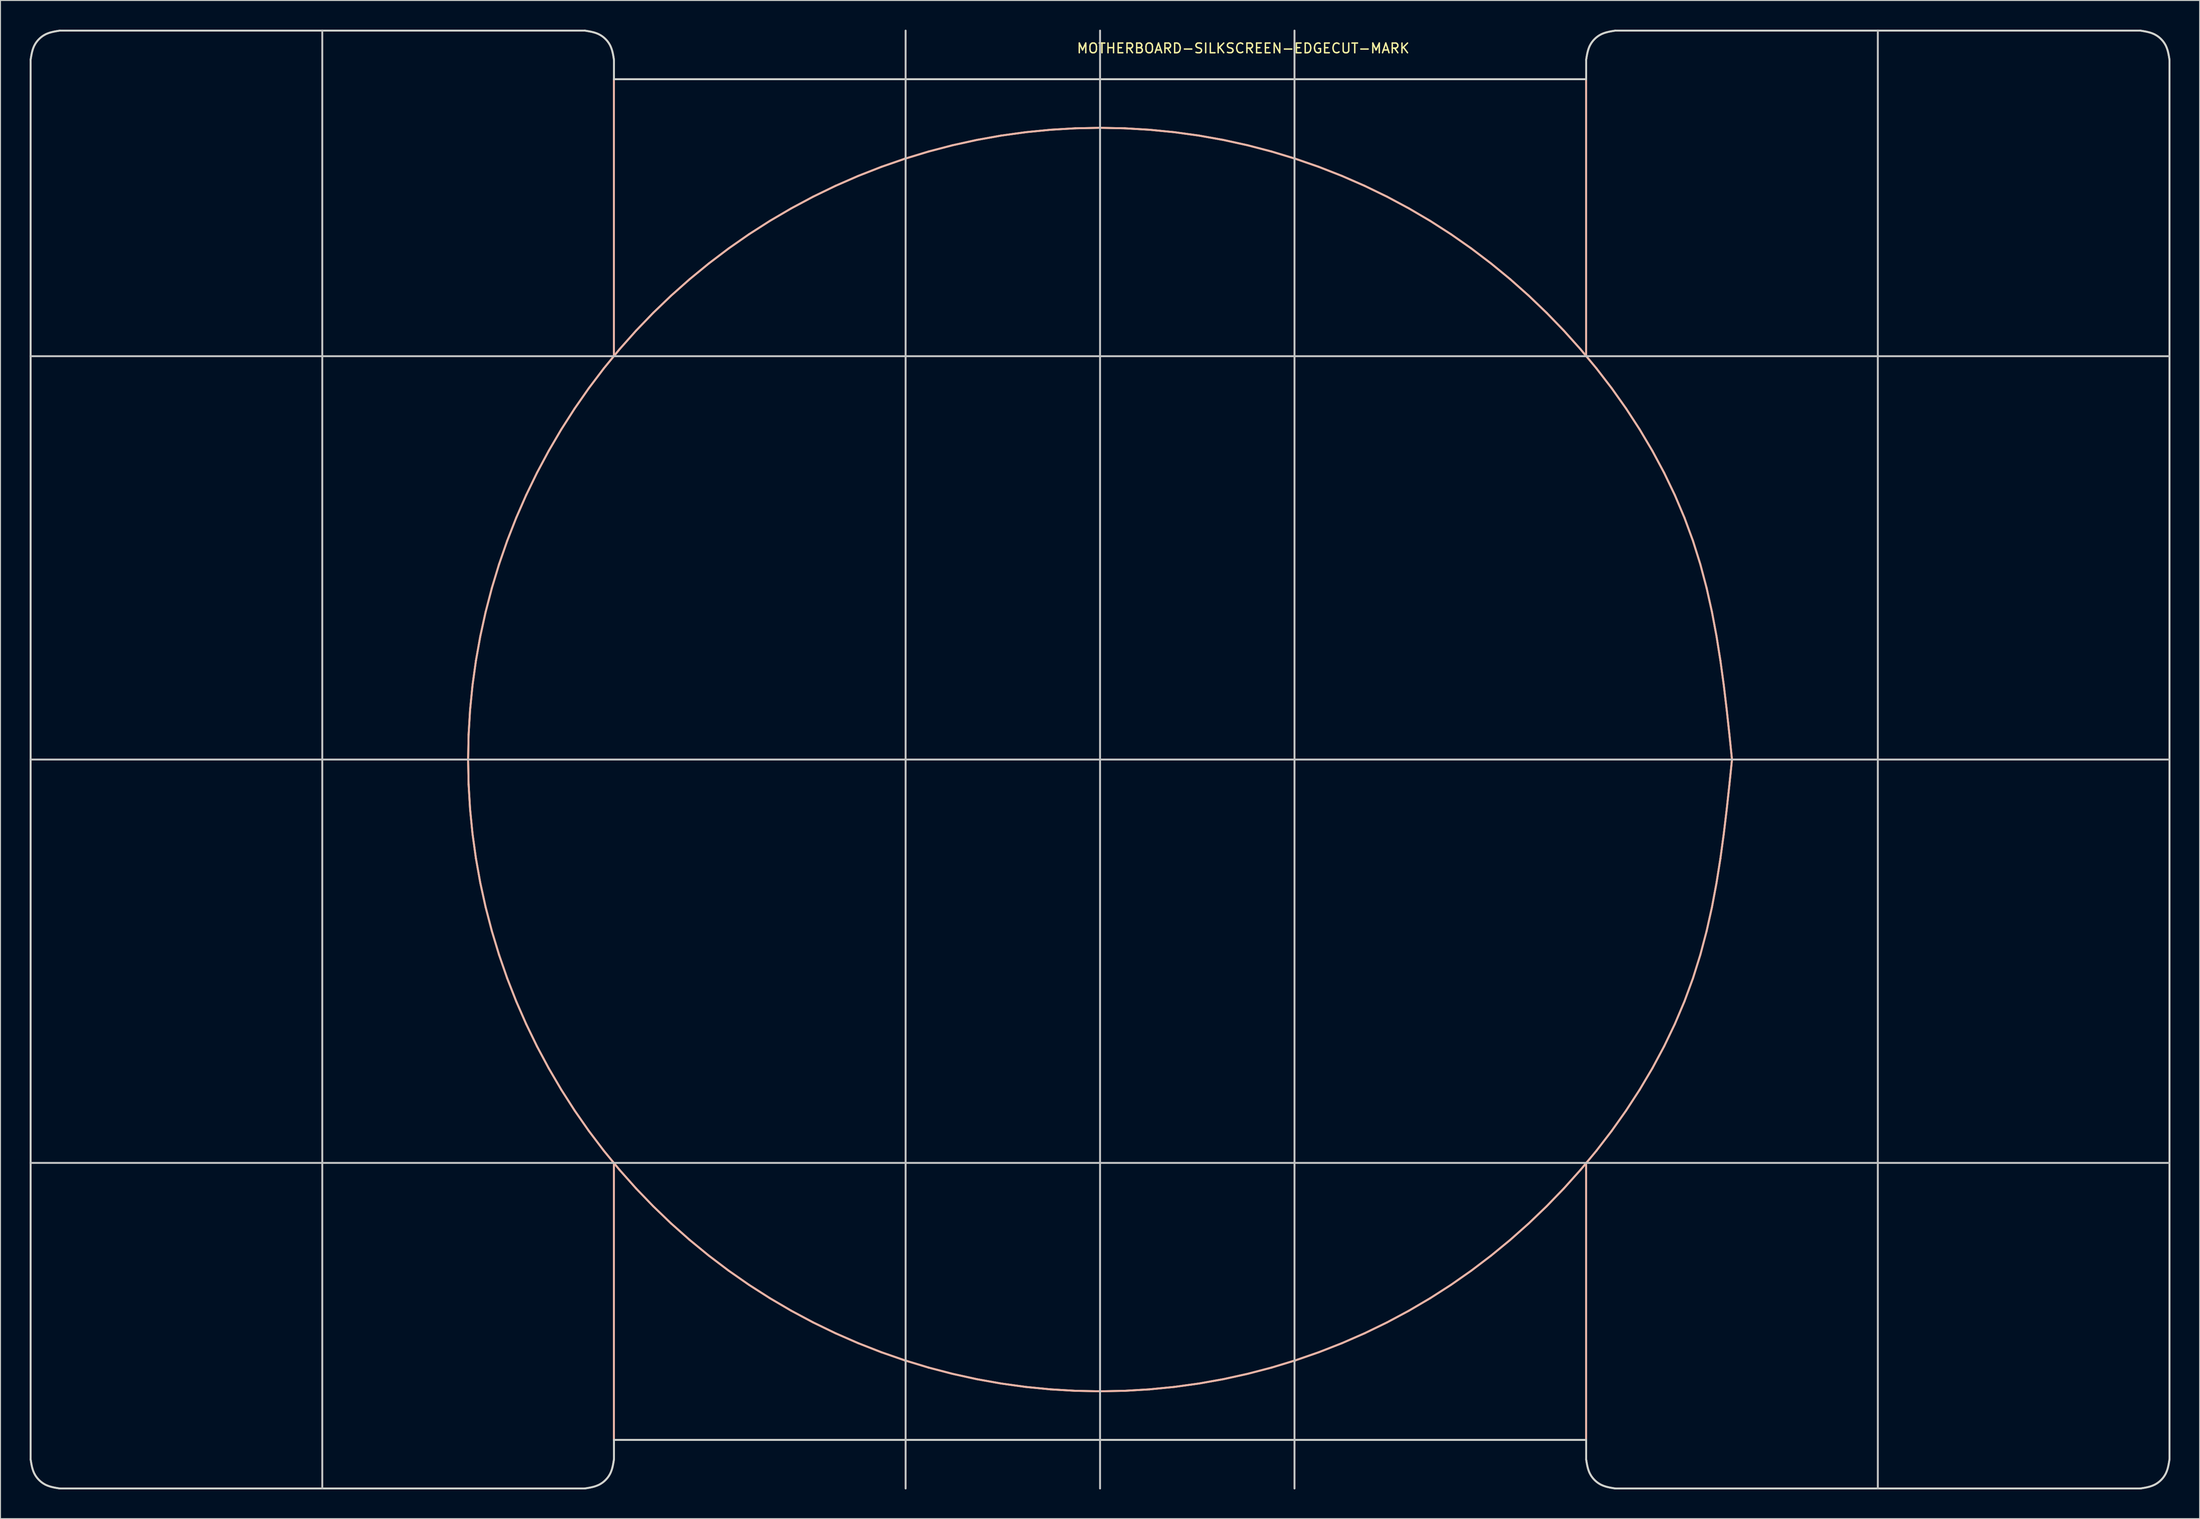
<source format=kicad_pcb>
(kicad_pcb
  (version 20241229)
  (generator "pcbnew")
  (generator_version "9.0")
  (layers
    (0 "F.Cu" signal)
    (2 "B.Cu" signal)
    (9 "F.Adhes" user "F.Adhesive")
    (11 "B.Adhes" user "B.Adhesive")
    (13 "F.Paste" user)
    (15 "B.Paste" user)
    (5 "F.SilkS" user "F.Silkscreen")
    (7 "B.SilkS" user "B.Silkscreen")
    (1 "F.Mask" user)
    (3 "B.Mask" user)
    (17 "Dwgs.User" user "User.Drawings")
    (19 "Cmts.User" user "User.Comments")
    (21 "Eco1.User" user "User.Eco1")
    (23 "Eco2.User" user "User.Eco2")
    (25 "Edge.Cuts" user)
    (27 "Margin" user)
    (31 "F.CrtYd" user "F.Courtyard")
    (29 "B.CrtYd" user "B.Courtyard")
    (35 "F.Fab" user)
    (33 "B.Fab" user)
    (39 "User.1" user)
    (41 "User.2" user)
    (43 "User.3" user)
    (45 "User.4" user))
  (footprint "MOTHERBOARD-SILKSCREEN-EDGECUT-MARK"
    (layer "F.Cu")
    (at 110.107 75.123)
    (property "Reference" "MOTHERBOARD-SILKSCREEN-EDGECUT-MARK" (at 14.715 -73.201 0) (layer "F.SilkS") (effects (font (size 1 1) (thickness 0.15))))
    (attr through_hole)
    (fp_line (start -65.007 -0.023) (end -64.957 -2.575) (stroke (width 0.2) (type solid)) (layer "F.SilkS"))
    (fp_line (start -64.957 -2.575) (end -64.806 -5.123) (stroke (width 0.2) (type solid)) (layer "F.SilkS"))
    (fp_line (start -64.957 2.529) (end -65.007 -0.023) (stroke (width 0.2) (type solid)) (layer "F.SilkS"))
    (fp_line (start -64.806 -5.123) (end -64.555 -7.663) (stroke (width 0.2) (type solid)) (layer "F.SilkS"))
    (fp_line (start -64.806 5.077) (end -64.957 2.529) (stroke (width 0.2) (type solid)) (layer "F.SilkS"))
    (fp_line (start -64.555 -7.663) (end -64.204 -10.192) (stroke (width 0.2) (type solid)) (layer "F.SilkS"))
    (fp_line (start -64.555 7.617) (end -64.806 5.077) (stroke (width 0.2) (type solid)) (layer "F.SilkS"))
    (fp_line (start -64.204 -10.192) (end -63.756 -12.705) (stroke (width 0.2) (type solid)) (layer "F.SilkS"))
    (fp_line (start -64.204 10.146) (end -64.555 7.617) (stroke (width 0.2) (type solid)) (layer "F.SilkS"))
    (fp_line (start -63.756 -12.705) (end -63.209 -15.198) (stroke (width 0.2) (type solid)) (layer "F.SilkS"))
    (fp_line (start -63.756 12.659) (end -64.204 10.146) (stroke (width 0.2) (type solid)) (layer "F.SilkS"))
    (fp_line (start -63.209 -15.198) (end -62.566 -17.668) (stroke (width 0.2) (type solid)) (layer "F.SilkS"))
    (fp_line (start -63.209 15.152) (end -63.756 12.659) (stroke (width 0.2) (type solid)) (layer "F.SilkS"))
    (fp_line (start -62.566 -17.668) (end -61.826 -20.111) (stroke (width 0.2) (type solid)) (layer "F.SilkS"))
    (fp_line (start -62.566 17.622) (end -63.209 15.152) (stroke (width 0.2) (type solid)) (layer "F.SilkS"))
    (fp_line (start -61.826 -20.111) (end -60.99 -22.522) (stroke (width 0.2) (type solid)) (layer "F.SilkS"))
    (fp_line (start -61.826 20.065) (end -62.566 17.622) (stroke (width 0.2) (type solid)) (layer "F.SilkS"))
    (fp_line (start -60.99 -22.522) (end -60.06 -24.898) (stroke (width 0.2) (type solid)) (layer "F.SilkS"))
    (fp_line (start -60.99 22.476) (end -61.826 20.065) (stroke (width 0.2) (type solid)) (layer "F.SilkS"))
    (fp_line (start -60.06 -24.898) (end -59.036 -27.236) (stroke (width 0.2) (type solid)) (layer "F.SilkS"))
    (fp_line (start -60.06 24.852) (end -60.99 22.476) (stroke (width 0.2) (type solid)) (layer "F.SilkS"))
    (fp_line (start -59.036 -27.236) (end -57.922 -29.532) (stroke (width 0.2) (type solid)) (layer "F.SilkS"))
    (fp_line (start -59.036 27.19) (end -60.06 24.852) (stroke (width 0.2) (type solid)) (layer "F.SilkS"))
    (fp_line (start -57.922 -29.532) (end -56.718 -31.783) (stroke (width 0.2) (type solid)) (layer "F.SilkS"))
    (fp_line (start -57.922 29.486) (end -59.036 27.19) (stroke (width 0.2) (type solid)) (layer "F.SilkS"))
    (fp_line (start -56.718 -31.783) (end -55.428 -33.985) (stroke (width 0.2) (type solid)) (layer "F.SilkS"))
    (fp_line (start -56.718 31.737) (end -57.922 29.486) (stroke (width 0.2) (type solid)) (layer "F.SilkS"))
    (fp_line (start -55.428 -33.985) (end -54.052 -36.135) (stroke (width 0.2) (type solid)) (layer "F.SilkS"))
    (fp_line (start -55.428 33.939) (end -56.718 31.737) (stroke (width 0.2) (type solid)) (layer "F.SilkS"))
    (fp_line (start -54.052 -36.135) (end -52.594 -38.229) (stroke (width 0.2) (type solid)) (layer "F.SilkS"))
    (fp_line (start -54.052 36.089) (end -55.428 33.939) (stroke (width 0.2) (type solid)) (layer "F.SilkS"))
    (fp_line (start -52.594 -38.229) (end -51.054 -40.264) (stroke (width 0.2) (type solid)) (layer "F.SilkS"))
    (fp_line (start -52.594 38.183) (end -54.052 36.089) (stroke (width 0.2) (type solid)) (layer "F.SilkS"))
    (fp_line (start -51.054 -40.264) (end -49.435 -42.237) (stroke (width 0.2) (type solid)) (layer "F.SilkS"))
    (fp_line (start -51.054 40.218) (end -52.594 38.183) (stroke (width 0.2) (type solid)) (layer "F.SilkS"))
    (fp_line (start -50.008 -70.023) (end -50.008 -41.525) (stroke (width 0.2) (type solid)) (layer "F.SilkS"))
    (fp_line (start -50.008 41.478) (end -50.008 69.976) (stroke (width 0.2) (type solid)) (layer "F.SilkS"))
    (fp_line (start -49.435 -42.237) (end -47.739 -44.144) (stroke (width 0.2) (type solid)) (layer "F.SilkS"))
    (fp_line (start -49.435 42.191) (end -51.054 40.218) (stroke (width 0.2) (type solid)) (layer "F.SilkS"))
    (fp_line (start -47.739 -44.144) (end -45.969 -45.983) (stroke (width 0.2) (type solid)) (layer "F.SilkS"))
    (fp_line (start -47.739 44.098) (end -49.435 42.191) (stroke (width 0.2) (type solid)) (layer "F.SilkS"))
    (fp_line (start -45.969 -45.983) (end -44.129 -47.752) (stroke (width 0.2) (type solid)) (layer "F.SilkS"))
    (fp_line (start -45.969 45.937) (end -47.739 44.098) (stroke (width 0.2) (type solid)) (layer "F.SilkS"))
    (fp_line (start -44.129 -47.752) (end -42.221 -49.447) (stroke (width 0.2) (type solid)) (layer "F.SilkS"))
    (fp_line (start -44.129 47.706) (end -45.969 45.937) (stroke (width 0.2) (type solid)) (layer "F.SilkS"))
    (fp_line (start -42.221 -49.447) (end -40.247 -51.066) (stroke (width 0.2) (type solid)) (layer "F.SilkS"))
    (fp_line (start -42.221 49.401) (end -44.129 47.706) (stroke (width 0.2) (type solid)) (layer "F.SilkS"))
    (fp_line (start -40.247 -51.066) (end -38.213 -52.608) (stroke (width 0.2) (type solid)) (layer "F.SilkS"))
    (fp_line (start -40.247 51.02) (end -42.221 49.401) (stroke (width 0.2) (type solid)) (layer "F.SilkS"))
    (fp_line (start -38.213 -52.608) (end -36.119 -54.068) (stroke (width 0.2) (type solid)) (layer "F.SilkS"))
    (fp_line (start -38.213 52.562) (end -40.247 51.02) (stroke (width 0.2) (type solid)) (layer "F.SilkS"))
    (fp_line (start -36.119 -54.068) (end -33.969 -55.445) (stroke (width 0.2) (type solid)) (layer "F.SilkS"))
    (fp_line (start -36.119 54.022) (end -38.213 52.562) (stroke (width 0.2) (type solid)) (layer "F.SilkS"))
    (fp_line (start -33.969 -55.445) (end -31.767 -56.735) (stroke (width 0.2) (type solid)) (layer "F.SilkS"))
    (fp_line (start -33.969 55.398) (end -36.119 54.022) (stroke (width 0.2) (type solid)) (layer "F.SilkS"))
    (fp_line (start -31.767 -56.735) (end -29.516 -57.938) (stroke (width 0.2) (type solid)) (layer "F.SilkS"))
    (fp_line (start -31.767 56.689) (end -33.969 55.398) (stroke (width 0.2) (type solid)) (layer "F.SilkS"))
    (fp_line (start -29.516 -57.938) (end -27.219 -59.051) (stroke (width 0.2) (type solid)) (layer "F.SilkS"))
    (fp_line (start -29.516 57.892) (end -31.767 56.689) (stroke (width 0.2) (type solid)) (layer "F.SilkS"))
    (fp_line (start -27.219 -59.051) (end -24.88 -60.073) (stroke (width 0.2) (type solid)) (layer "F.SilkS"))
    (fp_line (start -27.219 59.005) (end -29.516 57.892) (stroke (width 0.2) (type solid)) (layer "F.SilkS"))
    (fp_line (start -24.88 -60.073) (end -22.502 -61.004) (stroke (width 0.2) (type solid)) (layer "F.SilkS"))
    (fp_line (start -24.88 60.027) (end -27.219 59.005) (stroke (width 0.2) (type solid)) (layer "F.SilkS"))
    (fp_line (start -22.502 -61.004) (end -20.091 -61.84) (stroke (width 0.2) (type solid)) (layer "F.SilkS"))
    (fp_line (start -22.502 60.958) (end -24.88 60.027) (stroke (width 0.2) (type solid)) (layer "F.SilkS"))
    (fp_line (start -20.091 -61.84) (end -17.648 -62.582) (stroke (width 0.2) (type solid)) (layer "F.SilkS"))
    (fp_line (start -20.091 61.794) (end -22.502 60.958) (stroke (width 0.2) (type solid)) (layer "F.SilkS"))
    (fp_line (start -17.648 -62.582) (end -15.179 -63.227) (stroke (width 0.2) (type solid)) (layer "F.SilkS"))
    (fp_line (start -17.648 62.536) (end -20.091 61.794) (stroke (width 0.2) (type solid)) (layer "F.SilkS"))
    (fp_line (start -15.179 -63.227) (end -12.687 -63.775) (stroke (width 0.2) (type solid)) (layer "F.SilkS"))
    (fp_line (start -15.179 63.181) (end -17.648 62.536) (stroke (width 0.2) (type solid)) (layer "F.SilkS"))
    (fp_line (start -12.687 -63.775) (end -10.175 -64.224) (stroke (width 0.2) (type solid)) (layer "F.SilkS"))
    (fp_line (start -12.687 63.729) (end -15.179 63.181) (stroke (width 0.2) (type solid)) (layer "F.SilkS"))
    (fp_line (start -10.175 -64.224) (end -7.647 -64.573) (stroke (width 0.2) (type solid)) (layer "F.SilkS"))
    (fp_line (start -10.175 64.178) (end -12.687 63.729) (stroke (width 0.2) (type solid)) (layer "F.SilkS"))
    (fp_line (start -7.647 -64.573) (end -5.108 -64.822) (stroke (width 0.2) (type solid)) (layer "F.SilkS"))
    (fp_line (start -7.647 64.527) (end -10.175 64.178) (stroke (width 0.2) (type solid)) (layer "F.SilkS"))
    (fp_line (start -5.108 -64.822) (end -2.56 -64.972) (stroke (width 0.2) (type solid)) (layer "F.SilkS"))
    (fp_line (start -5.108 64.776) (end -7.647 64.527) (stroke (width 0.2) (type solid)) (layer "F.SilkS"))
    (fp_line (start -2.56 -64.972) (end -0.009 -65.022) (stroke (width 0.2) (type solid)) (layer "F.SilkS"))
    (fp_line (start -2.56 64.926) (end -5.108 64.776) (stroke (width 0.2) (type solid)) (layer "F.SilkS"))
    (fp_line (start -0.009 -65.022) (end 2.543 -64.972) (stroke (width 0.2) (type solid)) (layer "F.SilkS"))
    (fp_line (start -0.009 64.976) (end -2.56 64.926) (stroke (width 0.2) (type solid)) (layer "F.SilkS"))
    (fp_line (start 2.543 -64.972) (end 5.091 -64.822) (stroke (width 0.2) (type solid)) (layer "F.SilkS"))
    (fp_line (start 2.543 64.926) (end -0.009 64.976) (stroke (width 0.2) (type solid)) (layer "F.SilkS"))
    (fp_line (start 5.091 -64.822) (end 7.631 -64.573) (stroke (width 0.2) (type solid)) (layer "F.SilkS"))
    (fp_line (start 5.091 64.776) (end 2.543 64.926) (stroke (width 0.2) (type solid)) (layer "F.SilkS"))
    (fp_line (start 7.631 -64.573) (end 10.16 -64.224) (stroke (width 0.2) (type solid)) (layer "F.SilkS"))
    (fp_line (start 7.631 64.527) (end 5.091 64.776) (stroke (width 0.2) (type solid)) (layer "F.SilkS"))
    (fp_line (start 10.16 -64.224) (end 12.674 -63.775) (stroke (width 0.2) (type solid)) (layer "F.SilkS"))
    (fp_line (start 10.16 64.178) (end 7.631 64.527) (stroke (width 0.2) (type solid)) (layer "F.SilkS"))
    (fp_line (start 12.674 -63.775) (end 15.168 -63.227) (stroke (width 0.2) (type solid)) (layer "F.SilkS"))
    (fp_line (start 12.674 63.729) (end 10.16 64.178) (stroke (width 0.2) (type solid)) (layer "F.SilkS"))
    (fp_line (start 15.168 -63.227) (end 17.639 -62.582) (stroke (width 0.2) (type solid)) (layer "F.SilkS"))
    (fp_line (start 15.168 63.181) (end 12.674 63.729) (stroke (width 0.2) (type solid)) (layer "F.SilkS"))
    (fp_line (start 17.639 -62.582) (end 20.083 -61.84) (stroke (width 0.2) (type solid)) (layer "F.SilkS"))
    (fp_line (start 17.639 62.536) (end 15.168 63.181) (stroke (width 0.2) (type solid)) (layer "F.SilkS"))
    (fp_line (start 20.083 -61.84) (end 22.496 -61.004) (stroke (width 0.2) (type solid)) (layer "F.SilkS"))
    (fp_line (start 20.083 61.794) (end 17.639 62.536) (stroke (width 0.2) (type solid)) (layer "F.SilkS"))
    (fp_line (start 22.496 -61.004) (end 24.874 -60.073) (stroke (width 0.2) (type solid)) (layer "F.SilkS"))
    (fp_line (start 22.496 60.958) (end 20.083 61.794) (stroke (width 0.2) (type solid)) (layer "F.SilkS"))
    (fp_line (start 24.874 -60.073) (end 27.212 -59.051) (stroke (width 0.2) (type solid)) (layer "F.SilkS"))
    (fp_line (start 24.874 60.027) (end 22.496 60.958) (stroke (width 0.2) (type solid)) (layer "F.SilkS"))
    (fp_line (start 27.212 -59.051) (end 29.507 -57.938) (stroke (width 0.2) (type solid)) (layer "F.SilkS"))
    (fp_line (start 27.212 59.005) (end 24.874 60.027) (stroke (width 0.2) (type solid)) (layer "F.SilkS"))
    (fp_line (start 29.507 -57.938) (end 31.755 -56.735) (stroke (width 0.2) (type solid)) (layer "F.SilkS"))
    (fp_line (start 29.507 57.892) (end 27.212 59.005) (stroke (width 0.2) (type solid)) (layer "F.SilkS"))
    (fp_line (start 31.755 -56.735) (end 33.952 -55.445) (stroke (width 0.2) (type solid)) (layer "F.SilkS"))
    (fp_line (start 31.755 56.689) (end 29.507 57.892) (stroke (width 0.2) (type solid)) (layer "F.SilkS"))
    (fp_line (start 33.952 -55.445) (end 36.094 -54.068) (stroke (width 0.2) (type solid)) (layer "F.SilkS"))
    (fp_line (start 33.952 55.398) (end 31.755 56.689) (stroke (width 0.2) (type solid)) (layer "F.SilkS"))
    (fp_line (start 36.094 -54.068) (end 38.181 -52.608) (stroke (width 0.2) (type solid)) (layer "F.SilkS"))
    (fp_line (start 36.094 54.022) (end 33.952 55.398) (stroke (width 0.2) (type solid)) (layer "F.SilkS"))
    (fp_line (start 38.181 -52.608) (end 40.21 -51.066) (stroke (width 0.2) (type solid)) (layer "F.SilkS"))
    (fp_line (start 38.181 52.562) (end 36.094 54.022) (stroke (width 0.2) (type solid)) (layer "F.SilkS"))
    (fp_line (start 40.21 -51.066) (end 42.179 -49.447) (stroke (width 0.2) (type solid)) (layer "F.SilkS"))
    (fp_line (start 40.21 51.02) (end 38.181 52.562) (stroke (width 0.2) (type solid)) (layer "F.SilkS"))
    (fp_line (start 42.179 -49.447) (end 44.086 -47.752) (stroke (width 0.2) (type solid)) (layer "F.SilkS"))
    (fp_line (start 42.179 49.401) (end 40.21 51.02) (stroke (width 0.2) (type solid)) (layer "F.SilkS"))
    (fp_line (start 44.086 -47.752) (end 45.93 -45.983) (stroke (width 0.2) (type solid)) (layer "F.SilkS"))
    (fp_line (start 44.086 47.706) (end 42.179 49.401) (stroke (width 0.2) (type solid)) (layer "F.SilkS"))
    (fp_line (start 45.93 -45.983) (end 47.707 -44.144) (stroke (width 0.2) (type solid)) (layer "F.SilkS"))
    (fp_line (start 45.93 45.937) (end 44.086 47.706) (stroke (width 0.2) (type solid)) (layer "F.SilkS"))
    (fp_line (start 47.707 -44.144) (end 49.416 -42.237) (stroke (width 0.2) (type solid)) (layer "F.SilkS"))
    (fp_line (start 47.707 44.098) (end 45.93 45.937) (stroke (width 0.2) (type solid)) (layer "F.SilkS"))
    (fp_line (start 49.416 -42.237) (end 51.055 -40.264) (stroke (width 0.2) (type solid)) (layer "F.SilkS"))
    (fp_line (start 49.416 42.191) (end 47.707 44.098) (stroke (width 0.2) (type solid)) (layer "F.SilkS"))
    (fp_line (start 49.992 -70.023) (end 49.992 -41.525) (stroke (width 0.2) (type solid)) (layer "F.SilkS"))
    (fp_line (start 49.992 41.478) (end 49.992 69.976) (stroke (width 0.2) (type solid)) (layer "F.SilkS"))
    (fp_line (start 51.055 -40.264) (end 52.62 -38.229) (stroke (width 0.2) (type solid)) (layer "F.SilkS"))
    (fp_line (start 51.055 40.218) (end 49.416 42.191) (stroke (width 0.2) (type solid)) (layer "F.SilkS"))
    (fp_line (start 52.62 -38.229) (end 54.103 -36.135) (stroke (width 0.2) (type solid)) (layer "F.SilkS"))
    (fp_line (start 52.62 38.183) (end 51.055 40.218) (stroke (width 0.2) (type solid)) (layer "F.SilkS"))
    (fp_line (start 54.103 -36.135) (end 55.5 -33.985) (stroke (width 0.2) (type solid)) (layer "F.SilkS"))
    (fp_line (start 54.103 36.089) (end 52.62 38.183) (stroke (width 0.2) (type solid)) (layer "F.SilkS"))
    (fp_line (start 55.5 -33.985) (end 56.805 -31.783) (stroke (width 0.2) (type solid)) (layer "F.SilkS"))
    (fp_line (start 55.5 33.939) (end 54.103 36.089) (stroke (width 0.2) (type solid)) (layer "F.SilkS"))
    (fp_line (start 56.805 -31.783) (end 58.011 -29.532) (stroke (width 0.2) (type solid)) (layer "F.SilkS"))
    (fp_line (start 56.805 31.737) (end 55.5 33.939) (stroke (width 0.2) (type solid)) (layer "F.SilkS"))
    (fp_line (start 58.011 -29.532) (end 59.113 -27.236) (stroke (width 0.2) (type solid)) (layer "F.SilkS"))
    (fp_line (start 58.011 29.486) (end 56.805 31.737) (stroke (width 0.2) (type solid)) (layer "F.SilkS"))
    (fp_line (start 59.113 -27.236) (end 60.105 -24.898) (stroke (width 0.2) (type solid)) (layer "F.SilkS"))
    (fp_line (start 59.113 27.19) (end 58.011 29.486) (stroke (width 0.2) (type solid)) (layer "F.SilkS"))
    (fp_line (start 60.105 -24.898) (end 60.981 -22.522) (stroke (width 0.2) (type solid)) (layer "F.SilkS"))
    (fp_line (start 60.105 24.852) (end 59.113 27.19) (stroke (width 0.2) (type solid)) (layer "F.SilkS"))
    (fp_line (start 60.981 -22.522) (end 61.737 -20.111) (stroke (width 0.2) (type solid)) (layer "F.SilkS"))
    (fp_line (start 60.981 22.476) (end 60.105 24.852) (stroke (width 0.2) (type solid)) (layer "F.SilkS"))
    (fp_line (start 61.737 -20.111) (end 62.384 -17.668) (stroke (width 0.2) (type solid)) (layer "F.SilkS"))
    (fp_line (start 61.737 20.065) (end 60.981 22.476) (stroke (width 0.2) (type solid)) (layer "F.SilkS"))
    (fp_line (start 62.384 17.622) (end 61.737 20.065) (stroke (width 0.2) (type solid)) (layer "F.SilkS"))
    (fp_line (start 62.384 -17.668) (end 62.935 -15.198) (stroke (width 0.2) (type solid)) (layer "F.SilkS"))
    (fp_line (start 62.935 -15.198) (end 63.403 -12.705) (stroke (width 0.2) (type solid)) (layer "F.SilkS"))
    (fp_line (start 62.935 15.152) (end 62.384 17.622) (stroke (width 0.2) (type solid)) (layer "F.SilkS"))
    (fp_line (start 63.403 -12.705) (end 63.803 -10.192) (stroke (width 0.2) (type solid)) (layer "F.SilkS"))
    (fp_line (start 63.403 12.659) (end 62.935 15.152) (stroke (width 0.2) (type solid)) (layer "F.SilkS"))
    (fp_line (start 63.803 10.146) (end 63.403 12.659) (stroke (width 0.2) (type solid)) (layer "F.SilkS"))
    (fp_line (start 63.803 -10.192) (end 64.149 -7.663) (stroke (width 0.2) (type solid)) (layer "F.SilkS"))
    (fp_line (start 64.149 -7.663) (end 64.453 -5.123) (stroke (width 0.2) (type solid)) (layer "F.SilkS"))
    (fp_line (start 64.149 7.617) (end 63.803 10.146) (stroke (width 0.2) (type solid)) (layer "F.SilkS"))
    (fp_line (start 64.453 -5.123) (end 64.73 -2.575) (stroke (width 0.2) (type solid)) (layer "F.SilkS"))
    (fp_line (start 64.453 5.077) (end 64.149 7.617) (stroke (width 0.2) (type solid)) (layer "F.SilkS"))
    (fp_line (start 64.73 -2.575) (end 64.993 -0.023) (stroke (width 0.2) (type solid)) (layer "F.SilkS"))
    (fp_line (start 64.73 2.529) (end 64.453 5.077) (stroke (width 0.2) (type solid)) (layer "F.SilkS"))
    (fp_line (start 64.993 -0.023) (end 64.73 2.529) (stroke (width 0.2) (type solid)) (layer "F.SilkS"))
    (fp_line (start 64.993 -0.023) (end 64.993 -0.023) (stroke (width 0.2) (type solid)) (layer "F.SilkS"))
    (fp_line (start 64.993 -0.023) (end 64.993 -0.023) (stroke (width 0.2) (type solid)) (layer "F.SilkS"))
    (fp_line (start -65.007 -0.023) (end -64.957 -2.575) (stroke (width 0.2) (type solid)) (layer "B.SilkS"))
    (fp_line (start -64.957 -2.575) (end -64.806 -5.123) (stroke (width 0.2) (type solid)) (layer "B.SilkS"))
    (fp_line (start -64.957 2.529) (end -65.007 -0.023) (stroke (width 0.2) (type solid)) (layer "B.SilkS"))
    (fp_line (start -64.806 -5.123) (end -64.555 -7.663) (stroke (width 0.2) (type solid)) (layer "B.SilkS"))
    (fp_line (start -64.806 5.077) (end -64.957 2.529) (stroke (width 0.2) (type solid)) (layer "B.SilkS"))
    (fp_line (start -64.555 -7.663) (end -64.204 -10.192) (stroke (width 0.2) (type solid)) (layer "B.SilkS"))
    (fp_line (start -64.555 7.617) (end -64.806 5.077) (stroke (width 0.2) (type solid)) (layer "B.SilkS"))
    (fp_line (start -64.204 -10.192) (end -63.756 -12.705) (stroke (width 0.2) (type solid)) (layer "B.SilkS"))
    (fp_line (start -64.204 10.146) (end -64.555 7.617) (stroke (width 0.2) (type solid)) (layer "B.SilkS"))
    (fp_line (start -63.756 -12.705) (end -63.209 -15.198) (stroke (width 0.2) (type solid)) (layer "B.SilkS"))
    (fp_line (start -63.756 12.659) (end -64.204 10.146) (stroke (width 0.2) (type solid)) (layer "B.SilkS"))
    (fp_line (start -63.209 -15.198) (end -62.566 -17.668) (stroke (width 0.2) (type solid)) (layer "B.SilkS"))
    (fp_line (start -63.209 15.152) (end -63.756 12.659) (stroke (width 0.2) (type solid)) (layer "B.SilkS"))
    (fp_line (start -62.566 -17.668) (end -61.826 -20.111) (stroke (width 0.2) (type solid)) (layer "B.SilkS"))
    (fp_line (start -62.566 17.622) (end -63.209 15.152) (stroke (width 0.2) (type solid)) (layer "B.SilkS"))
    (fp_line (start -61.826 -20.111) (end -60.99 -22.522) (stroke (width 0.2) (type solid)) (layer "B.SilkS"))
    (fp_line (start -61.826 20.065) (end -62.566 17.622) (stroke (width 0.2) (type solid)) (layer "B.SilkS"))
    (fp_line (start -60.99 -22.522) (end -60.06 -24.898) (stroke (width 0.2) (type solid)) (layer "B.SilkS"))
    (fp_line (start -60.99 22.476) (end -61.826 20.065) (stroke (width 0.2) (type solid)) (layer "B.SilkS"))
    (fp_line (start -60.06 -24.898) (end -59.036 -27.236) (stroke (width 0.2) (type solid)) (layer "B.SilkS"))
    (fp_line (start -60.06 24.852) (end -60.99 22.476) (stroke (width 0.2) (type solid)) (layer "B.SilkS"))
    (fp_line (start -59.036 -27.236) (end -57.922 -29.532) (stroke (width 0.2) (type solid)) (layer "B.SilkS"))
    (fp_line (start -59.036 27.19) (end -60.06 24.852) (stroke (width 0.2) (type solid)) (layer "B.SilkS"))
    (fp_line (start -57.922 -29.532) (end -56.718 -31.783) (stroke (width 0.2) (type solid)) (layer "B.SilkS"))
    (fp_line (start -57.922 29.486) (end -59.036 27.19) (stroke (width 0.2) (type solid)) (layer "B.SilkS"))
    (fp_line (start -56.718 -31.783) (end -55.428 -33.985) (stroke (width 0.2) (type solid)) (layer "B.SilkS"))
    (fp_line (start -56.718 31.737) (end -57.922 29.486) (stroke (width 0.2) (type solid)) (layer "B.SilkS"))
    (fp_line (start -55.428 -33.985) (end -54.052 -36.135) (stroke (width 0.2) (type solid)) (layer "B.SilkS"))
    (fp_line (start -55.428 33.939) (end -56.718 31.737) (stroke (width 0.2) (type solid)) (layer "B.SilkS"))
    (fp_line (start -54.052 -36.135) (end -52.594 -38.229) (stroke (width 0.2) (type solid)) (layer "B.SilkS"))
    (fp_line (start -54.052 36.089) (end -55.428 33.939) (stroke (width 0.2) (type solid)) (layer "B.SilkS"))
    (fp_line (start -52.594 -38.229) (end -51.054 -40.264) (stroke (width 0.2) (type solid)) (layer "B.SilkS"))
    (fp_line (start -52.594 38.183) (end -54.052 36.089) (stroke (width 0.2) (type solid)) (layer "B.SilkS"))
    (fp_line (start -51.054 -40.264) (end -49.435 -42.237) (stroke (width 0.2) (type solid)) (layer "B.SilkS"))
    (fp_line (start -51.054 40.218) (end -52.594 38.183) (stroke (width 0.2) (type solid)) (layer "B.SilkS"))
    (fp_line (start -50.008 -70.023) (end -50.008 -41.525) (stroke (width 0.2) (type solid)) (layer "B.SilkS"))
    (fp_line (start -50.008 41.478) (end -50.008 69.976) (stroke (width 0.2) (type solid)) (layer "B.SilkS"))
    (fp_line (start -49.435 -42.237) (end -47.739 -44.144) (stroke (width 0.2) (type solid)) (layer "B.SilkS"))
    (fp_line (start -49.435 42.191) (end -51.054 40.218) (stroke (width 0.2) (type solid)) (layer "B.SilkS"))
    (fp_line (start -47.739 -44.144) (end -45.969 -45.983) (stroke (width 0.2) (type solid)) (layer "B.SilkS"))
    (fp_line (start -47.739 44.098) (end -49.435 42.191) (stroke (width 0.2) (type solid)) (layer "B.SilkS"))
    (fp_line (start -45.969 -45.983) (end -44.129 -47.752) (stroke (width 0.2) (type solid)) (layer "B.SilkS"))
    (fp_line (start -45.969 45.937) (end -47.739 44.098) (stroke (width 0.2) (type solid)) (layer "B.SilkS"))
    (fp_line (start -44.129 -47.752) (end -42.221 -49.447) (stroke (width 0.2) (type solid)) (layer "B.SilkS"))
    (fp_line (start -44.129 47.706) (end -45.969 45.937) (stroke (width 0.2) (type solid)) (layer "B.SilkS"))
    (fp_line (start -42.221 -49.447) (end -40.247 -51.066) (stroke (width 0.2) (type solid)) (layer "B.SilkS"))
    (fp_line (start -42.221 49.401) (end -44.129 47.706) (stroke (width 0.2) (type solid)) (layer "B.SilkS"))
    (fp_line (start -40.247 -51.066) (end -38.213 -52.608) (stroke (width 0.2) (type solid)) (layer "B.SilkS"))
    (fp_line (start -40.247 51.02) (end -42.221 49.401) (stroke (width 0.2) (type solid)) (layer "B.SilkS"))
    (fp_line (start -38.213 -52.608) (end -36.119 -54.068) (stroke (width 0.2) (type solid)) (layer "B.SilkS"))
    (fp_line (start -38.213 52.562) (end -40.247 51.02) (stroke (width 0.2) (type solid)) (layer "B.SilkS"))
    (fp_line (start -36.119 -54.068) (end -33.969 -55.445) (stroke (width 0.2) (type solid)) (layer "B.SilkS"))
    (fp_line (start -36.119 54.022) (end -38.213 52.562) (stroke (width 0.2) (type solid)) (layer "B.SilkS"))
    (fp_line (start -33.969 -55.445) (end -31.767 -56.735) (stroke (width 0.2) (type solid)) (layer "B.SilkS"))
    (fp_line (start -33.969 55.398) (end -36.119 54.022) (stroke (width 0.2) (type solid)) (layer "B.SilkS"))
    (fp_line (start -31.767 -56.735) (end -29.516 -57.938) (stroke (width 0.2) (type solid)) (layer "B.SilkS"))
    (fp_line (start -31.767 56.689) (end -33.969 55.398) (stroke (width 0.2) (type solid)) (layer "B.SilkS"))
    (fp_line (start -29.516 -57.938) (end -27.219 -59.051) (stroke (width 0.2) (type solid)) (layer "B.SilkS"))
    (fp_line (start -29.516 57.892) (end -31.767 56.689) (stroke (width 0.2) (type solid)) (layer "B.SilkS"))
    (fp_line (start -27.219 -59.051) (end -24.88 -60.073) (stroke (width 0.2) (type solid)) (layer "B.SilkS"))
    (fp_line (start -27.219 59.005) (end -29.516 57.892) (stroke (width 0.2) (type solid)) (layer "B.SilkS"))
    (fp_line (start -24.88 -60.073) (end -22.502 -61.004) (stroke (width 0.2) (type solid)) (layer "B.SilkS"))
    (fp_line (start -24.88 60.027) (end -27.219 59.005) (stroke (width 0.2) (type solid)) (layer "B.SilkS"))
    (fp_line (start -22.502 -61.004) (end -20.091 -61.84) (stroke (width 0.2) (type solid)) (layer "B.SilkS"))
    (fp_line (start -22.502 60.958) (end -24.88 60.027) (stroke (width 0.2) (type solid)) (layer "B.SilkS"))
    (fp_line (start -20.091 -61.84) (end -17.648 -62.582) (stroke (width 0.2) (type solid)) (layer "B.SilkS"))
    (fp_line (start -20.091 61.794) (end -22.502 60.958) (stroke (width 0.2) (type solid)) (layer "B.SilkS"))
    (fp_line (start -17.648 -62.582) (end -15.179 -63.227) (stroke (width 0.2) (type solid)) (layer "B.SilkS"))
    (fp_line (start -17.648 62.536) (end -20.091 61.794) (stroke (width 0.2) (type solid)) (layer "B.SilkS"))
    (fp_line (start -15.179 -63.227) (end -12.687 -63.775) (stroke (width 0.2) (type solid)) (layer "B.SilkS"))
    (fp_line (start -15.179 63.181) (end -17.648 62.536) (stroke (width 0.2) (type solid)) (layer "B.SilkS"))
    (fp_line (start -12.687 -63.775) (end -10.175 -64.224) (stroke (width 0.2) (type solid)) (layer "B.SilkS"))
    (fp_line (start -12.687 63.729) (end -15.179 63.181) (stroke (width 0.2) (type solid)) (layer "B.SilkS"))
    (fp_line (start -10.175 -64.224) (end -7.647 -64.573) (stroke (width 0.2) (type solid)) (layer "B.SilkS"))
    (fp_line (start -10.175 64.178) (end -12.687 63.729) (stroke (width 0.2) (type solid)) (layer "B.SilkS"))
    (fp_line (start -7.647 -64.573) (end -5.108 -64.822) (stroke (width 0.2) (type solid)) (layer "B.SilkS"))
    (fp_line (start -7.647 64.527) (end -10.175 64.178) (stroke (width 0.2) (type solid)) (layer "B.SilkS"))
    (fp_line (start -5.108 -64.822) (end -2.56 -64.972) (stroke (width 0.2) (type solid)) (layer "B.SilkS"))
    (fp_line (start -5.108 64.776) (end -7.647 64.527) (stroke (width 0.2) (type solid)) (layer "B.SilkS"))
    (fp_line (start -2.56 -64.972) (end -0.009 -65.022) (stroke (width 0.2) (type solid)) (layer "B.SilkS"))
    (fp_line (start -2.56 64.926) (end -5.108 64.776) (stroke (width 0.2) (type solid)) (layer "B.SilkS"))
    (fp_line (start -0.009 -65.022) (end 2.543 -64.972) (stroke (width 0.2) (type solid)) (layer "B.SilkS"))
    (fp_line (start -0.009 64.976) (end -2.56 64.926) (stroke (width 0.2) (type solid)) (layer "B.SilkS"))
    (fp_line (start 2.543 -64.972) (end 5.091 -64.822) (stroke (width 0.2) (type solid)) (layer "B.SilkS"))
    (fp_line (start 2.543 64.926) (end -0.009 64.976) (stroke (width 0.2) (type solid)) (layer "B.SilkS"))
    (fp_line (start 5.091 -64.822) (end 7.631 -64.573) (stroke (width 0.2) (type solid)) (layer "B.SilkS"))
    (fp_line (start 5.091 64.776) (end 2.543 64.926) (stroke (width 0.2) (type solid)) (layer "B.SilkS"))
    (fp_line (start 7.631 -64.573) (end 10.16 -64.224) (stroke (width 0.2) (type solid)) (layer "B.SilkS"))
    (fp_line (start 7.631 64.527) (end 5.091 64.776) (stroke (width 0.2) (type solid)) (layer "B.SilkS"))
    (fp_line (start 10.16 -64.224) (end 12.674 -63.775) (stroke (width 0.2) (type solid)) (layer "B.SilkS"))
    (fp_line (start 10.16 64.178) (end 7.631 64.527) (stroke (width 0.2) (type solid)) (layer "B.SilkS"))
    (fp_line (start 12.674 -63.775) (end 15.168 -63.227) (stroke (width 0.2) (type solid)) (layer "B.SilkS"))
    (fp_line (start 12.674 63.729) (end 10.16 64.178) (stroke (width 0.2) (type solid)) (layer "B.SilkS"))
    (fp_line (start 15.168 -63.227) (end 17.639 -62.582) (stroke (width 0.2) (type solid)) (layer "B.SilkS"))
    (fp_line (start 15.168 63.181) (end 12.674 63.729) (stroke (width 0.2) (type solid)) (layer "B.SilkS"))
    (fp_line (start 17.639 -62.582) (end 20.083 -61.84) (stroke (width 0.2) (type solid)) (layer "B.SilkS"))
    (fp_line (start 17.639 62.536) (end 15.168 63.181) (stroke (width 0.2) (type solid)) (layer "B.SilkS"))
    (fp_line (start 20.083 -61.84) (end 22.496 -61.004) (stroke (width 0.2) (type solid)) (layer "B.SilkS"))
    (fp_line (start 20.083 61.794) (end 17.639 62.536) (stroke (width 0.2) (type solid)) (layer "B.SilkS"))
    (fp_line (start 22.496 -61.004) (end 24.874 -60.073) (stroke (width 0.2) (type solid)) (layer "B.SilkS"))
    (fp_line (start 22.496 60.958) (end 20.083 61.794) (stroke (width 0.2) (type solid)) (layer "B.SilkS"))
    (fp_line (start 24.874 -60.073) (end 27.212 -59.051) (stroke (width 0.2) (type solid)) (layer "B.SilkS"))
    (fp_line (start 24.874 60.027) (end 22.496 60.958) (stroke (width 0.2) (type solid)) (layer "B.SilkS"))
    (fp_line (start 27.212 -59.051) (end 29.507 -57.938) (stroke (width 0.2) (type solid)) (layer "B.SilkS"))
    (fp_line (start 27.212 59.005) (end 24.874 60.027) (stroke (width 0.2) (type solid)) (layer "B.SilkS"))
    (fp_line (start 29.507 -57.938) (end 31.755 -56.735) (stroke (width 0.2) (type solid)) (layer "B.SilkS"))
    (fp_line (start 29.507 57.892) (end 27.212 59.005) (stroke (width 0.2) (type solid)) (layer "B.SilkS"))
    (fp_line (start 31.755 -56.735) (end 33.952 -55.445) (stroke (width 0.2) (type solid)) (layer "B.SilkS"))
    (fp_line (start 31.755 56.689) (end 29.507 57.892) (stroke (width 0.2) (type solid)) (layer "B.SilkS"))
    (fp_line (start 33.952 -55.445) (end 36.094 -54.068) (stroke (width 0.2) (type solid)) (layer "B.SilkS"))
    (fp_line (start 33.952 55.398) (end 31.755 56.689) (stroke (width 0.2) (type solid)) (layer "B.SilkS"))
    (fp_line (start 36.094 -54.068) (end 38.181 -52.608) (stroke (width 0.2) (type solid)) (layer "B.SilkS"))
    (fp_line (start 36.094 54.022) (end 33.952 55.398) (stroke (width 0.2) (type solid)) (layer "B.SilkS"))
    (fp_line (start 38.181 -52.608) (end 40.21 -51.066) (stroke (width 0.2) (type solid)) (layer "B.SilkS"))
    (fp_line (start 38.181 52.562) (end 36.094 54.022) (stroke (width 0.2) (type solid)) (layer "B.SilkS"))
    (fp_line (start 40.21 -51.066) (end 42.179 -49.447) (stroke (width 0.2) (type solid)) (layer "B.SilkS"))
    (fp_line (start 40.21 51.02) (end 38.181 52.562) (stroke (width 0.2) (type solid)) (layer "B.SilkS"))
    (fp_line (start 42.179 -49.447) (end 44.086 -47.752) (stroke (width 0.2) (type solid)) (layer "B.SilkS"))
    (fp_line (start 42.179 49.401) (end 40.21 51.02) (stroke (width 0.2) (type solid)) (layer "B.SilkS"))
    (fp_line (start 44.086 -47.752) (end 45.93 -45.983) (stroke (width 0.2) (type solid)) (layer "B.SilkS"))
    (fp_line (start 44.086 47.706) (end 42.179 49.401) (stroke (width 0.2) (type solid)) (layer "B.SilkS"))
    (fp_line (start 45.93 -45.983) (end 47.707 -44.144) (stroke (width 0.2) (type solid)) (layer "B.SilkS"))
    (fp_line (start 45.93 45.937) (end 44.086 47.706) (stroke (width 0.2) (type solid)) (layer "B.SilkS"))
    (fp_line (start 47.707 -44.144) (end 49.416 -42.237) (stroke (width 0.2) (type solid)) (layer "B.SilkS"))
    (fp_line (start 47.707 44.098) (end 45.93 45.937) (stroke (width 0.2) (type solid)) (layer "B.SilkS"))
    (fp_line (start 49.416 -42.237) (end 51.055 -40.264) (stroke (width 0.2) (type solid)) (layer "B.SilkS"))
    (fp_line (start 49.416 42.191) (end 47.707 44.098) (stroke (width 0.2) (type solid)) (layer "B.SilkS"))
    (fp_line (start 49.992 -70.023) (end 49.992 -41.525) (stroke (width 0.2) (type solid)) (layer "B.SilkS"))
    (fp_line (start 49.992 41.478) (end 49.992 69.976) (stroke (width 0.2) (type solid)) (layer "B.SilkS"))
    (fp_line (start 51.055 -40.264) (end 52.62 -38.229) (stroke (width 0.2) (type solid)) (layer "B.SilkS"))
    (fp_line (start 51.055 40.218) (end 49.416 42.191) (stroke (width 0.2) (type solid)) (layer "B.SilkS"))
    (fp_line (start 52.62 -38.229) (end 54.103 -36.135) (stroke (width 0.2) (type solid)) (layer "B.SilkS"))
    (fp_line (start 52.62 38.183) (end 51.055 40.218) (stroke (width 0.2) (type solid)) (layer "B.SilkS"))
    (fp_line (start 54.103 -36.135) (end 55.5 -33.985) (stroke (width 0.2) (type solid)) (layer "B.SilkS"))
    (fp_line (start 54.103 36.089) (end 52.62 38.183) (stroke (width 0.2) (type solid)) (layer "B.SilkS"))
    (fp_line (start 55.5 -33.985) (end 56.805 -31.783) (stroke (width 0.2) (type solid)) (layer "B.SilkS"))
    (fp_line (start 55.5 33.939) (end 54.103 36.089) (stroke (width 0.2) (type solid)) (layer "B.SilkS"))
    (fp_line (start 56.805 -31.783) (end 58.011 -29.532) (stroke (width 0.2) (type solid)) (layer "B.SilkS"))
    (fp_line (start 56.805 31.737) (end 55.5 33.939) (stroke (width 0.2) (type solid)) (layer "B.SilkS"))
    (fp_line (start 58.011 -29.532) (end 59.113 -27.236) (stroke (width 0.2) (type solid)) (layer "B.SilkS"))
    (fp_line (start 58.011 29.486) (end 56.805 31.737) (stroke (width 0.2) (type solid)) (layer "B.SilkS"))
    (fp_line (start 59.113 -27.236) (end 60.105 -24.898) (stroke (width 0.2) (type solid)) (layer "B.SilkS"))
    (fp_line (start 59.113 27.19) (end 58.011 29.486) (stroke (width 0.2) (type solid)) (layer "B.SilkS"))
    (fp_line (start 60.105 -24.898) (end 60.981 -22.522) (stroke (width 0.2) (type solid)) (layer "B.SilkS"))
    (fp_line (start 60.105 24.852) (end 59.113 27.19) (stroke (width 0.2) (type solid)) (layer "B.SilkS"))
    (fp_line (start 60.981 -22.522) (end 61.737 -20.111) (stroke (width 0.2) (type solid)) (layer "B.SilkS"))
    (fp_line (start 60.981 22.476) (end 60.105 24.852) (stroke (width 0.2) (type solid)) (layer "B.SilkS"))
    (fp_line (start 61.737 -20.111) (end 62.384 -17.668) (stroke (width 0.2) (type solid)) (layer "B.SilkS"))
    (fp_line (start 61.737 20.065) (end 60.981 22.476) (stroke (width 0.2) (type solid)) (layer "B.SilkS"))
    (fp_line (start 62.384 17.622) (end 61.737 20.065) (stroke (width 0.2) (type solid)) (layer "B.SilkS"))
    (fp_line (start 62.384 -17.668) (end 62.935 -15.198) (stroke (width 0.2) (type solid)) (layer "B.SilkS"))
    (fp_line (start 62.935 -15.198) (end 63.403 -12.705) (stroke (width 0.2) (type solid)) (layer "B.SilkS"))
    (fp_line (start 62.935 15.152) (end 62.384 17.622) (stroke (width 0.2) (type solid)) (layer "B.SilkS"))
    (fp_line (start 63.403 -12.705) (end 63.803 -10.192) (stroke (width 0.2) (type solid)) (layer "B.SilkS"))
    (fp_line (start 63.403 12.659) (end 62.935 15.152) (stroke (width 0.2) (type solid)) (layer "B.SilkS"))
    (fp_line (start 63.803 10.146) (end 63.403 12.659) (stroke (width 0.2) (type solid)) (layer "B.SilkS"))
    (fp_line (start 63.803 -10.192) (end 64.149 -7.663) (stroke (width 0.2) (type solid)) (layer "B.SilkS"))
    (fp_line (start 64.149 -7.663) (end 64.453 -5.123) (stroke (width 0.2) (type solid)) (layer "B.SilkS"))
    (fp_line (start 64.149 7.617) (end 63.803 10.146) (stroke (width 0.2) (type solid)) (layer "B.SilkS"))
    (fp_line (start 64.453 -5.123) (end 64.73 -2.575) (stroke (width 0.2) (type solid)) (layer "B.SilkS"))
    (fp_line (start 64.453 5.077) (end 64.149 7.617) (stroke (width 0.2) (type solid)) (layer "B.SilkS"))
    (fp_line (start 64.73 -2.575) (end 64.993 -0.023) (stroke (width 0.2) (type solid)) (layer "B.SilkS"))
    (fp_line (start 64.73 2.529) (end 64.453 5.077) (stroke (width 0.2) (type solid)) (layer "B.SilkS"))
    (fp_line (start 64.993 -0.023) (end 64.73 2.529) (stroke (width 0.2) (type solid)) (layer "B.SilkS"))
    (fp_line (start 64.993 -0.023) (end 64.993 -0.023) (stroke (width 0.2) (type solid)) (layer "B.SilkS"))
    (fp_line (start 64.993 -0.023) (end 64.993 -0.023) (stroke (width 0.2) (type solid)) (layer "B.SilkS"))
    (fp_line (start -110.007 -41.523) (end 109.993 -41.523) (stroke (width 0.2) (type solid)) (layer "Dwgs.User"))
    (fp_line (start -110.007 -0.023) (end 109.993 -0.023) (stroke (width 0.2) (type solid)) (layer "Dwgs.User"))
    (fp_line (start -110.007 41.477) (end 109.993 41.477) (stroke (width 0.2) (type solid)) (layer "Dwgs.User"))
    (fp_line (start -80.008 -75.023) (end -80.008 74.977) (stroke (width 0.2) (type solid)) (layer "Dwgs.User"))
    (fp_line (start -20.007 -75.023) (end -20.007 74.977) (stroke (width 0.2) (type solid)) (layer "Dwgs.User"))
    (fp_line (start -0.007 -75.023) (end -0.007 74.977) (stroke (width 0.2) (type solid)) (layer "Dwgs.User"))
    (fp_line (start 19.993 -75.023) (end 19.993 74.977) (stroke (width 0.2) (type solid)) (layer "Dwgs.User"))
    (fp_line (start 79.993 -75.023) (end 79.993 74.977) (stroke (width 0.2) (type solid)) (layer "Dwgs.User"))
    (fp_line (start -110.007 -72.023) (end -109.989 -72.14) (stroke (width 0.2) (type solid)) (layer "Edge.Cuts"))
    (fp_line (start -110.007 71.977) (end -110.007 -72.023) (stroke (width 0.2) (type solid)) (layer "Edge.Cuts"))
    (fp_line (start -109.989 72.094) (end -110.007 71.977) (stroke (width 0.2) (type solid)) (layer "Edge.Cuts"))
    (fp_line (start -109.989 -72.14) (end -109.97 -72.257) (stroke (width 0.2) (type solid)) (layer "Edge.Cuts"))
    (fp_line (start -109.97 72.211) (end -109.989 72.094) (stroke (width 0.2) (type solid)) (layer "Edge.Cuts"))
    (fp_line (start -109.97 -72.257) (end -109.95 -72.374) (stroke (width 0.2) (type solid)) (layer "Edge.Cuts"))
    (fp_line (start -109.95 72.327) (end -109.97 72.211) (stroke (width 0.2) (type solid)) (layer "Edge.Cuts"))
    (fp_line (start -109.95 -72.374) (end -109.929 -72.49) (stroke (width 0.2) (type solid)) (layer "Edge.Cuts"))
    (fp_line (start -109.93 72.443) (end -109.95 72.327) (stroke (width 0.2) (type solid)) (layer "Edge.Cuts"))
    (fp_line (start -109.929 -72.49) (end -109.907 -72.605) (stroke (width 0.2) (type solid)) (layer "Edge.Cuts"))
    (fp_line (start -109.907 72.559) (end -109.93 72.443) (stroke (width 0.2) (type solid)) (layer "Edge.Cuts"))
    (fp_line (start -109.907 -72.605) (end -109.883 -72.72) (stroke (width 0.2) (type solid)) (layer "Edge.Cuts"))
    (fp_line (start -109.883 72.674) (end -109.907 72.559) (stroke (width 0.2) (type solid)) (layer "Edge.Cuts"))
    (fp_line (start -109.883 -72.72) (end -109.856 -72.834) (stroke (width 0.2) (type solid)) (layer "Edge.Cuts"))
    (fp_line (start -109.856 72.788) (end -109.883 72.674) (stroke (width 0.2) (type solid)) (layer "Edge.Cuts"))
    (fp_line (start -109.856 -72.834) (end -109.826 -72.947) (stroke (width 0.2) (type solid)) (layer "Edge.Cuts"))
    (fp_line (start -109.826 72.9) (end -109.856 72.788) (stroke (width 0.2) (type solid)) (layer "Edge.Cuts"))
    (fp_line (start -109.826 -72.947) (end -109.793 -73.058) (stroke (width 0.2) (type solid)) (layer "Edge.Cuts"))
    (fp_line (start -109.793 73.012) (end -109.826 72.9) (stroke (width 0.2) (type solid)) (layer "Edge.Cuts"))
    (fp_line (start -109.793 -73.058) (end -109.757 -73.168) (stroke (width 0.2) (type solid)) (layer "Edge.Cuts"))
    (fp_line (start -109.757 73.122) (end -109.793 73.012) (stroke (width 0.2) (type solid)) (layer "Edge.Cuts"))
    (fp_line (start -109.757 -73.168) (end -109.717 -73.277) (stroke (width 0.2) (type solid)) (layer "Edge.Cuts"))
    (fp_line (start -109.717 73.23) (end -109.757 73.122) (stroke (width 0.2) (type solid)) (layer "Edge.Cuts"))
    (fp_line (start -109.717 -73.277) (end -109.672 -73.384) (stroke (width 0.2) (type solid)) (layer "Edge.Cuts"))
    (fp_line (start -109.672 73.337) (end -109.717 73.23) (stroke (width 0.2) (type solid)) (layer "Edge.Cuts"))
    (fp_line (start -109.672 -73.384) (end -109.622 -73.489) (stroke (width 0.2) (type solid)) (layer "Edge.Cuts"))
    (fp_line (start -109.622 73.442) (end -109.672 73.337) (stroke (width 0.2) (type solid)) (layer "Edge.Cuts"))
    (fp_line (start -109.622 -73.489) (end -109.568 -73.592) (stroke (width 0.2) (type solid)) (layer "Edge.Cuts"))
    (fp_line (start -109.568 73.545) (end -109.622 73.442) (stroke (width 0.2) (type solid)) (layer "Edge.Cuts"))
    (fp_line (start -109.568 -73.592) (end -109.508 -73.693) (stroke (width 0.2) (type solid)) (layer "Edge.Cuts"))
    (fp_line (start -109.508 73.646) (end -109.568 73.545) (stroke (width 0.2) (type solid)) (layer "Edge.Cuts"))
    (fp_line (start -109.508 -73.693) (end -109.443 -73.791) (stroke (width 0.2) (type solid)) (layer "Edge.Cuts"))
    (fp_line (start -109.443 73.744) (end -109.508 73.646) (stroke (width 0.2) (type solid)) (layer "Edge.Cuts"))
    (fp_line (start -109.443 -73.791) (end -109.373 -73.886) (stroke (width 0.2) (type solid)) (layer "Edge.Cuts"))
    (fp_line (start -109.373 73.84) (end -109.443 73.744) (stroke (width 0.2) (type solid)) (layer "Edge.Cuts"))
    (fp_line (start -109.373 -73.886) (end -109.299 -73.979) (stroke (width 0.2) (type solid)) (layer "Edge.Cuts"))
    (fp_line (start -109.299 73.933) (end -109.373 73.84) (stroke (width 0.2) (type solid)) (layer "Edge.Cuts"))
    (fp_line (start -109.299 -73.979) (end -109.221 -74.069) (stroke (width 0.2) (type solid)) (layer "Edge.Cuts"))
    (fp_line (start -109.221 74.022) (end -109.299 73.933) (stroke (width 0.2) (type solid)) (layer "Edge.Cuts"))
    (fp_line (start -109.221 -74.069) (end -109.139 -74.154) (stroke (width 0.2) (type solid)) (layer "Edge.Cuts"))
    (fp_line (start -109.139 74.108) (end -109.221 74.022) (stroke (width 0.2) (type solid)) (layer "Edge.Cuts"))
    (fp_line (start -109.139 -74.154) (end -109.053 -74.237) (stroke (width 0.2) (type solid)) (layer "Edge.Cuts"))
    (fp_line (start -109.053 74.19) (end -109.139 74.108) (stroke (width 0.2) (type solid)) (layer "Edge.Cuts"))
    (fp_line (start -109.053 -74.237) (end -108.963 -74.315) (stroke (width 0.2) (type solid)) (layer "Edge.Cuts"))
    (fp_line (start -108.963 74.269) (end -109.053 74.19) (stroke (width 0.2) (type solid)) (layer "Edge.Cuts"))
    (fp_line (start -108.963 -74.315) (end -108.871 -74.389) (stroke (width 0.2) (type solid)) (layer "Edge.Cuts"))
    (fp_line (start -108.871 74.343) (end -108.963 74.269) (stroke (width 0.2) (type solid)) (layer "Edge.Cuts"))
    (fp_line (start -108.871 -74.389) (end -108.775 -74.459) (stroke (width 0.2) (type solid)) (layer "Edge.Cuts"))
    (fp_line (start -108.775 74.412) (end -108.871 74.343) (stroke (width 0.2) (type solid)) (layer "Edge.Cuts"))
    (fp_line (start -108.775 -74.459) (end -108.677 -74.523) (stroke (width 0.2) (type solid)) (layer "Edge.Cuts"))
    (fp_line (start -108.677 74.477) (end -108.775 74.412) (stroke (width 0.2) (type solid)) (layer "Edge.Cuts"))
    (fp_line (start -108.677 -74.523) (end -108.576 -74.583) (stroke (width 0.2) (type solid)) (layer "Edge.Cuts"))
    (fp_line (start -108.576 74.537) (end -108.677 74.477) (stroke (width 0.2) (type solid)) (layer "Edge.Cuts"))
    (fp_line (start -108.576 -74.583) (end -108.473 -74.638) (stroke (width 0.2) (type solid)) (layer "Edge.Cuts"))
    (fp_line (start -108.473 74.592) (end -108.576 74.537) (stroke (width 0.2) (type solid)) (layer "Edge.Cuts"))
    (fp_line (start -108.473 -74.638) (end -108.368 -74.688) (stroke (width 0.2) (type solid)) (layer "Edge.Cuts"))
    (fp_line (start -108.368 -74.688) (end -108.261 -74.732) (stroke (width 0.2) (type solid)) (layer "Edge.Cuts"))
    (fp_line (start -108.368 74.641) (end -108.473 74.592) (stroke (width 0.2) (type solid)) (layer "Edge.Cuts"))
    (fp_line (start -108.261 -74.732) (end -108.153 -74.773) (stroke (width 0.2) (type solid)) (layer "Edge.Cuts"))
    (fp_line (start -108.261 74.686) (end -108.368 74.641) (stroke (width 0.2) (type solid)) (layer "Edge.Cuts"))
    (fp_line (start -108.153 -74.773) (end -108.042 -74.809) (stroke (width 0.2) (type solid)) (layer "Edge.Cuts"))
    (fp_line (start -108.153 74.726) (end -108.261 74.686) (stroke (width 0.2) (type solid)) (layer "Edge.Cuts"))
    (fp_line (start -108.042 -74.809) (end -107.931 -74.842) (stroke (width 0.2) (type solid)) (layer "Edge.Cuts"))
    (fp_line (start -108.042 74.762) (end -108.153 74.726) (stroke (width 0.2) (type solid)) (layer "Edge.Cuts"))
    (fp_line (start -107.931 -74.842) (end -107.818 -74.871) (stroke (width 0.2) (type solid)) (layer "Edge.Cuts"))
    (fp_line (start -107.931 74.795) (end -108.042 74.762) (stroke (width 0.2) (type solid)) (layer "Edge.Cuts"))
    (fp_line (start -107.818 -74.871) (end -107.704 -74.898) (stroke (width 0.2) (type solid)) (layer "Edge.Cuts"))
    (fp_line (start -107.818 74.825) (end -107.931 74.795) (stroke (width 0.2) (type solid)) (layer "Edge.Cuts"))
    (fp_line (start -107.704 -74.898) (end -107.59 -74.923) (stroke (width 0.2) (type solid)) (layer "Edge.Cuts"))
    (fp_line (start -107.704 74.852) (end -107.818 74.825) (stroke (width 0.2) (type solid)) (layer "Edge.Cuts"))
    (fp_line (start -107.59 -74.923) (end -107.474 -74.945) (stroke (width 0.2) (type solid)) (layer "Edge.Cuts"))
    (fp_line (start -107.59 74.876) (end -107.704 74.852) (stroke (width 0.2) (type solid)) (layer "Edge.Cuts"))
    (fp_line (start -107.474 -74.945) (end -107.358 -74.966) (stroke (width 0.2) (type solid)) (layer "Edge.Cuts"))
    (fp_line (start -107.474 74.899) (end -107.59 74.876) (stroke (width 0.2) (type solid)) (layer "Edge.Cuts"))
    (fp_line (start -107.358 -74.966) (end -107.241 -74.986) (stroke (width 0.2) (type solid)) (layer "Edge.Cuts"))
    (fp_line (start -107.358 74.919) (end -107.474 74.899) (stroke (width 0.2) (type solid)) (layer "Edge.Cuts"))
    (fp_line (start -107.241 -74.986) (end -107.124 -75.005) (stroke (width 0.2) (type solid)) (layer "Edge.Cuts"))
    (fp_line (start -107.241 74.939) (end -107.358 74.919) (stroke (width 0.2) (type solid)) (layer "Edge.Cuts"))
    (fp_line (start -107.124 -75.005) (end -107.007 -75.023) (stroke (width 0.2) (type solid)) (layer "Edge.Cuts"))
    (fp_line (start -107.124 74.958) (end -107.241 74.939) (stroke (width 0.2) (type solid)) (layer "Edge.Cuts"))
    (fp_line (start -107.007 -75.023) (end -53.008 -75.023) (stroke (width 0.2) (type solid)) (layer "Edge.Cuts"))
    (fp_line (start -107.007 74.976) (end -107.124 74.958) (stroke (width 0.2) (type solid)) (layer "Edge.Cuts"))
    (fp_line (start -53.008 -75.023) (end -53.008 -75.023) (stroke (width 0.2) (type solid)) (layer "Edge.Cuts"))
    (fp_line (start -53.008 -75.023) (end -52.891 -75.005) (stroke (width 0.2) (type solid)) (layer "Edge.Cuts"))
    (fp_line (start -53.008 74.976) (end -107.007 74.976) (stroke (width 0.2) (type solid)) (layer "Edge.Cuts"))
    (fp_line (start -52.891 74.958) (end -53.008 74.976) (stroke (width 0.2) (type solid)) (layer "Edge.Cuts"))
    (fp_line (start -52.891 -75.005) (end -52.774 -74.986) (stroke (width 0.2) (type solid)) (layer "Edge.Cuts"))
    (fp_line (start -52.774 74.939) (end -52.891 74.958) (stroke (width 0.2) (type solid)) (layer "Edge.Cuts"))
    (fp_line (start -52.774 -74.986) (end -52.657 -74.966) (stroke (width 0.2) (type solid)) (layer "Edge.Cuts"))
    (fp_line (start -52.657 74.919) (end -52.774 74.939) (stroke (width 0.2) (type solid)) (layer "Edge.Cuts"))
    (fp_line (start -52.657 -74.966) (end -52.541 -74.945) (stroke (width 0.2) (type solid)) (layer "Edge.Cuts"))
    (fp_line (start -52.541 74.899) (end -52.657 74.919) (stroke (width 0.2) (type solid)) (layer "Edge.Cuts"))
    (fp_line (start -52.541 -74.945) (end -52.425 -74.923) (stroke (width 0.2) (type solid)) (layer "Edge.Cuts"))
    (fp_line (start -52.425 74.876) (end -52.541 74.899) (stroke (width 0.2) (type solid)) (layer "Edge.Cuts"))
    (fp_line (start -52.425 -74.923) (end -52.311 -74.898) (stroke (width 0.2) (type solid)) (layer "Edge.Cuts"))
    (fp_line (start -52.311 74.852) (end -52.425 74.876) (stroke (width 0.2) (type solid)) (layer "Edge.Cuts"))
    (fp_line (start -52.311 -74.898) (end -52.197 -74.871) (stroke (width 0.2) (type solid)) (layer "Edge.Cuts"))
    (fp_line (start -52.197 74.825) (end -52.311 74.852) (stroke (width 0.2) (type solid)) (layer "Edge.Cuts"))
    (fp_line (start -52.197 -74.871) (end -52.084 -74.842) (stroke (width 0.2) (type solid)) (layer "Edge.Cuts"))
    (fp_line (start -52.084 74.795) (end -52.197 74.825) (stroke (width 0.2) (type solid)) (layer "Edge.Cuts"))
    (fp_line (start -52.084 -74.842) (end -51.972 -74.809) (stroke (width 0.2) (type solid)) (layer "Edge.Cuts"))
    (fp_line (start -51.972 74.763) (end -52.084 74.795) (stroke (width 0.2) (type solid)) (layer "Edge.Cuts"))
    (fp_line (start -51.972 -74.809) (end -51.862 -74.773) (stroke (width 0.2) (type solid)) (layer "Edge.Cuts"))
    (fp_line (start -51.862 74.726) (end -51.972 74.763) (stroke (width 0.2) (type solid)) (layer "Edge.Cuts"))
    (fp_line (start -51.862 -74.773) (end -51.754 -74.732) (stroke (width 0.2) (type solid)) (layer "Edge.Cuts"))
    (fp_line (start -51.754 74.686) (end -51.862 74.726) (stroke (width 0.2) (type solid)) (layer "Edge.Cuts"))
    (fp_line (start -51.754 -74.732) (end -51.647 -74.688) (stroke (width 0.2) (type solid)) (layer "Edge.Cuts"))
    (fp_line (start -51.647 -74.688) (end -51.542 -74.638) (stroke (width 0.2) (type solid)) (layer "Edge.Cuts"))
    (fp_line (start -51.647 74.641) (end -51.754 74.686) (stroke (width 0.2) (type solid)) (layer "Edge.Cuts"))
    (fp_line (start -51.542 -74.638) (end -51.439 -74.583) (stroke (width 0.2) (type solid)) (layer "Edge.Cuts"))
    (fp_line (start -51.542 74.592) (end -51.647 74.641) (stroke (width 0.2) (type solid)) (layer "Edge.Cuts"))
    (fp_line (start -51.439 -74.583) (end -51.338 -74.524) (stroke (width 0.2) (type solid)) (layer "Edge.Cuts"))
    (fp_line (start -51.439 74.537) (end -51.542 74.592) (stroke (width 0.2) (type solid)) (layer "Edge.Cuts"))
    (fp_line (start -51.338 -74.524) (end -51.24 -74.459) (stroke (width 0.2) (type solid)) (layer "Edge.Cuts"))
    (fp_line (start -51.338 74.477) (end -51.439 74.537) (stroke (width 0.2) (type solid)) (layer "Edge.Cuts"))
    (fp_line (start -51.24 -74.459) (end -51.144 -74.389) (stroke (width 0.2) (type solid)) (layer "Edge.Cuts"))
    (fp_line (start -51.24 74.412) (end -51.338 74.477) (stroke (width 0.2) (type solid)) (layer "Edge.Cuts"))
    (fp_line (start -51.144 -74.389) (end -51.051 -74.315) (stroke (width 0.2) (type solid)) (layer "Edge.Cuts"))
    (fp_line (start -51.144 74.343) (end -51.24 74.412) (stroke (width 0.2) (type solid)) (layer "Edge.Cuts"))
    (fp_line (start -51.051 -74.315) (end -50.962 -74.237) (stroke (width 0.2) (type solid)) (layer "Edge.Cuts"))
    (fp_line (start -51.051 74.269) (end -51.144 74.343) (stroke (width 0.2) (type solid)) (layer "Edge.Cuts"))
    (fp_line (start -50.962 -74.237) (end -50.876 -74.155) (stroke (width 0.2) (type solid)) (layer "Edge.Cuts"))
    (fp_line (start -50.962 74.19) (end -51.051 74.269) (stroke (width 0.2) (type solid)) (layer "Edge.Cuts"))
    (fp_line (start -50.876 -74.155) (end -50.794 -74.069) (stroke (width 0.2) (type solid)) (layer "Edge.Cuts"))
    (fp_line (start -50.876 74.108) (end -50.962 74.19) (stroke (width 0.2) (type solid)) (layer "Edge.Cuts"))
    (fp_line (start -50.794 -74.069) (end -50.715 -73.979) (stroke (width 0.2) (type solid)) (layer "Edge.Cuts"))
    (fp_line (start -50.794 74.022) (end -50.876 74.108) (stroke (width 0.2) (type solid)) (layer "Edge.Cuts"))
    (fp_line (start -50.715 -73.979) (end -50.641 -73.887) (stroke (width 0.2) (type solid)) (layer "Edge.Cuts"))
    (fp_line (start -50.715 73.933) (end -50.794 74.022) (stroke (width 0.2) (type solid)) (layer "Edge.Cuts"))
    (fp_line (start -50.641 -73.887) (end -50.572 -73.791) (stroke (width 0.2) (type solid)) (layer "Edge.Cuts"))
    (fp_line (start -50.641 73.84) (end -50.715 73.933) (stroke (width 0.2) (type solid)) (layer "Edge.Cuts"))
    (fp_line (start -50.572 -73.791) (end -50.507 -73.693) (stroke (width 0.2) (type solid)) (layer "Edge.Cuts"))
    (fp_line (start -50.572 73.745) (end -50.641 73.84) (stroke (width 0.2) (type solid)) (layer "Edge.Cuts"))
    (fp_line (start -50.507 -73.693) (end -50.447 -73.592) (stroke (width 0.2) (type solid)) (layer "Edge.Cuts"))
    (fp_line (start -50.507 73.646) (end -50.572 73.745) (stroke (width 0.2) (type solid)) (layer "Edge.Cuts"))
    (fp_line (start -50.447 -73.592) (end -50.392 -73.489) (stroke (width 0.2) (type solid)) (layer "Edge.Cuts"))
    (fp_line (start -50.447 73.545) (end -50.507 73.646) (stroke (width 0.2) (type solid)) (layer "Edge.Cuts"))
    (fp_line (start -50.392 -73.489) (end -50.343 -73.384) (stroke (width 0.2) (type solid)) (layer "Edge.Cuts"))
    (fp_line (start -50.392 73.442) (end -50.447 73.545) (stroke (width 0.2) (type solid)) (layer "Edge.Cuts"))
    (fp_line (start -50.343 -73.384) (end -50.298 -73.277) (stroke (width 0.2) (type solid)) (layer "Edge.Cuts"))
    (fp_line (start -50.343 73.337) (end -50.392 73.442) (stroke (width 0.2) (type solid)) (layer "Edge.Cuts"))
    (fp_line (start -50.298 -73.277) (end -50.258 -73.168) (stroke (width 0.2) (type solid)) (layer "Edge.Cuts"))
    (fp_line (start -50.298 73.231) (end -50.343 73.337) (stroke (width 0.2) (type solid)) (layer "Edge.Cuts"))
    (fp_line (start -50.258 -73.168) (end -50.221 -73.058) (stroke (width 0.2) (type solid)) (layer "Edge.Cuts"))
    (fp_line (start -50.258 73.122) (end -50.298 73.231) (stroke (width 0.2) (type solid)) (layer "Edge.Cuts"))
    (fp_line (start -50.221 -73.058) (end -50.188 -72.947) (stroke (width 0.2) (type solid)) (layer "Edge.Cuts"))
    (fp_line (start -50.221 73.012) (end -50.258 73.122) (stroke (width 0.2) (type solid)) (layer "Edge.Cuts"))
    (fp_line (start -50.188 -72.947) (end -50.159 -72.834) (stroke (width 0.2) (type solid)) (layer "Edge.Cuts"))
    (fp_line (start -50.188 72.9) (end -50.221 73.012) (stroke (width 0.2) (type solid)) (layer "Edge.Cuts"))
    (fp_line (start -50.159 -72.834) (end -50.132 -72.72) (stroke (width 0.2) (type solid)) (layer "Edge.Cuts"))
    (fp_line (start -50.159 72.788) (end -50.188 72.9) (stroke (width 0.2) (type solid)) (layer "Edge.Cuts"))
    (fp_line (start -50.132 -72.72) (end -50.107 -72.605) (stroke (width 0.2) (type solid)) (layer "Edge.Cuts"))
    (fp_line (start -50.132 72.674) (end -50.159 72.788) (stroke (width 0.2) (type solid)) (layer "Edge.Cuts"))
    (fp_line (start -50.107 -72.605) (end -50.085 -72.49) (stroke (width 0.2) (type solid)) (layer "Edge.Cuts"))
    (fp_line (start -50.107 72.559) (end -50.132 72.674) (stroke (width 0.2) (type solid)) (layer "Edge.Cuts"))
    (fp_line (start -50.085 -72.49) (end -50.064 -72.374) (stroke (width 0.2) (type solid)) (layer "Edge.Cuts"))
    (fp_line (start -50.085 72.443) (end -50.107 72.559) (stroke (width 0.2) (type solid)) (layer "Edge.Cuts"))
    (fp_line (start -50.064 -72.374) (end -50.044 -72.257) (stroke (width 0.2) (type solid)) (layer "Edge.Cuts"))
    (fp_line (start -50.064 72.327) (end -50.085 72.443) (stroke (width 0.2) (type solid)) (layer "Edge.Cuts"))
    (fp_line (start -50.044 -72.257) (end -50.026 -72.14) (stroke (width 0.2) (type solid)) (layer "Edge.Cuts"))
    (fp_line (start -50.044 72.211) (end -50.064 72.327) (stroke (width 0.2) (type solid)) (layer "Edge.Cuts"))
    (fp_line (start -50.026 -72.14) (end -50.007 -72.023) (stroke (width 0.2) (type solid)) (layer "Edge.Cuts"))
    (fp_line (start -50.025 72.094) (end -50.044 72.211) (stroke (width 0.2) (type solid)) (layer "Edge.Cuts"))
    (fp_line (start -50.007 -72.023) (end -50.007 -70.023) (stroke (width 0.2) (type solid)) (layer "Edge.Cuts"))
    (fp_line (start -50.007 -70.023) (end 49.993 -70.023) (stroke (width 0.2) (type solid)) (layer "Edge.Cuts"))
    (fp_line (start -50.007 69.977) (end -50.007 71.977) (stroke (width 0.2) (type solid)) (layer "Edge.Cuts"))
    (fp_line (start -50.007 71.977) (end -50.025 72.094) (stroke (width 0.2) (type solid)) (layer "Edge.Cuts"))
    (fp_line (start 49.993 -72.023) (end 50.011 -72.14) (stroke (width 0.2) (type solid)) (layer "Edge.Cuts"))
    (fp_line (start 49.993 -70.023) (end 49.993 -72.023) (stroke (width 0.2) (type solid)) (layer "Edge.Cuts"))
    (fp_line (start 49.993 69.977) (end -50.007 69.977) (stroke (width 0.2) (type solid)) (layer "Edge.Cuts"))
    (fp_line (start 49.993 71.977) (end 49.993 69.977) (stroke (width 0.2) (type solid)) (layer "Edge.Cuts"))
    (fp_line (start 50.011 72.094) (end 49.993 71.977) (stroke (width 0.2) (type solid)) (layer "Edge.Cuts"))
    (fp_line (start 50.011 -72.14) (end 50.03 -72.257) (stroke (width 0.2) (type solid)) (layer "Edge.Cuts"))
    (fp_line (start 50.03 72.211) (end 50.011 72.094) (stroke (width 0.2) (type solid)) (layer "Edge.Cuts"))
    (fp_line (start 50.03 -72.257) (end 50.05 -72.374) (stroke (width 0.2) (type solid)) (layer "Edge.Cuts"))
    (fp_line (start 50.05 72.327) (end 50.03 72.211) (stroke (width 0.2) (type solid)) (layer "Edge.Cuts"))
    (fp_line (start 50.05 -72.374) (end 50.071 -72.49) (stroke (width 0.2) (type solid)) (layer "Edge.Cuts"))
    (fp_line (start 50.071 72.443) (end 50.05 72.327) (stroke (width 0.2) (type solid)) (layer "Edge.Cuts"))
    (fp_line (start 50.071 -72.49) (end 50.093 -72.605) (stroke (width 0.2) (type solid)) (layer "Edge.Cuts"))
    (fp_line (start 50.093 72.559) (end 50.071 72.443) (stroke (width 0.2) (type solid)) (layer "Edge.Cuts"))
    (fp_line (start 50.093 -72.605) (end 50.118 -72.72) (stroke (width 0.2) (type solid)) (layer "Edge.Cuts"))
    (fp_line (start 50.118 72.674) (end 50.093 72.559) (stroke (width 0.2) (type solid)) (layer "Edge.Cuts"))
    (fp_line (start 50.118 -72.72) (end 50.144 -72.834) (stroke (width 0.2) (type solid)) (layer "Edge.Cuts"))
    (fp_line (start 50.144 72.787) (end 50.118 72.674) (stroke (width 0.2) (type solid)) (layer "Edge.Cuts"))
    (fp_line (start 50.144 -72.834) (end 50.174 -72.947) (stroke (width 0.2) (type solid)) (layer "Edge.Cuts"))
    (fp_line (start 50.174 72.9) (end 50.144 72.787) (stroke (width 0.2) (type solid)) (layer "Edge.Cuts"))
    (fp_line (start 50.174 -72.947) (end 50.207 -73.058) (stroke (width 0.2) (type solid)) (layer "Edge.Cuts"))
    (fp_line (start 50.207 73.012) (end 50.174 72.9) (stroke (width 0.2) (type solid)) (layer "Edge.Cuts"))
    (fp_line (start 50.207 -73.058) (end 50.243 -73.168) (stroke (width 0.2) (type solid)) (layer "Edge.Cuts"))
    (fp_line (start 50.243 73.122) (end 50.207 73.012) (stroke (width 0.2) (type solid)) (layer "Edge.Cuts"))
    (fp_line (start 50.243 -73.168) (end 50.284 -73.277) (stroke (width 0.2) (type solid)) (layer "Edge.Cuts"))
    (fp_line (start 50.284 73.23) (end 50.243 73.122) (stroke (width 0.2) (type solid)) (layer "Edge.Cuts"))
    (fp_line (start 50.284 -73.277) (end 50.328 -73.384) (stroke (width 0.2) (type solid)) (layer "Edge.Cuts"))
    (fp_line (start 50.328 73.337) (end 50.284 73.23) (stroke (width 0.2) (type solid)) (layer "Edge.Cuts"))
    (fp_line (start 50.328 -73.384) (end 50.378 -73.489) (stroke (width 0.2) (type solid)) (layer "Edge.Cuts"))
    (fp_line (start 50.378 73.442) (end 50.328 73.337) (stroke (width 0.2) (type solid)) (layer "Edge.Cuts"))
    (fp_line (start 50.378 -73.489) (end 50.433 -73.592) (stroke (width 0.2) (type solid)) (layer "Edge.Cuts"))
    (fp_line (start 50.433 73.545) (end 50.378 73.442) (stroke (width 0.2) (type solid)) (layer "Edge.Cuts"))
    (fp_line (start 50.433 -73.592) (end 50.492 -73.692) (stroke (width 0.2) (type solid)) (layer "Edge.Cuts"))
    (fp_line (start 50.492 73.646) (end 50.433 73.545) (stroke (width 0.2) (type solid)) (layer "Edge.Cuts"))
    (fp_line (start 50.492 -73.692) (end 50.557 -73.791) (stroke (width 0.2) (type solid)) (layer "Edge.Cuts"))
    (fp_line (start 50.557 73.744) (end 50.492 73.646) (stroke (width 0.2) (type solid)) (layer "Edge.Cuts"))
    (fp_line (start 50.557 -73.791) (end 50.627 -73.886) (stroke (width 0.2) (type solid)) (layer "Edge.Cuts"))
    (fp_line (start 50.627 73.84) (end 50.557 73.744) (stroke (width 0.2) (type solid)) (layer "Edge.Cuts"))
    (fp_line (start 50.627 -73.886) (end 50.701 -73.979) (stroke (width 0.2) (type solid)) (layer "Edge.Cuts"))
    (fp_line (start 50.701 73.933) (end 50.627 73.84) (stroke (width 0.2) (type solid)) (layer "Edge.Cuts"))
    (fp_line (start 50.701 -73.979) (end 50.779 -74.068) (stroke (width 0.2) (type solid)) (layer "Edge.Cuts"))
    (fp_line (start 50.779 74.022) (end 50.701 73.933) (stroke (width 0.2) (type solid)) (layer "Edge.Cuts"))
    (fp_line (start 50.779 -74.068) (end 50.861 -74.154) (stroke (width 0.2) (type solid)) (layer "Edge.Cuts"))
    (fp_line (start 50.861 74.108) (end 50.779 74.022) (stroke (width 0.2) (type solid)) (layer "Edge.Cuts"))
    (fp_line (start 50.861 -74.154) (end 50.947 -74.237) (stroke (width 0.2) (type solid)) (layer "Edge.Cuts"))
    (fp_line (start 50.947 74.19) (end 50.861 74.108) (stroke (width 0.2) (type solid)) (layer "Edge.Cuts"))
    (fp_line (start 50.947 -74.237) (end 51.037 -74.315) (stroke (width 0.2) (type solid)) (layer "Edge.Cuts"))
    (fp_line (start 51.037 74.268) (end 50.947 74.19) (stroke (width 0.2) (type solid)) (layer "Edge.Cuts"))
    (fp_line (start 51.037 -74.315) (end 51.129 -74.389) (stroke (width 0.2) (type solid)) (layer "Edge.Cuts"))
    (fp_line (start 51.129 74.342) (end 51.037 74.268) (stroke (width 0.2) (type solid)) (layer "Edge.Cuts"))
    (fp_line (start 51.129 -74.389) (end 51.225 -74.459) (stroke (width 0.2) (type solid)) (layer "Edge.Cuts"))
    (fp_line (start 51.225 74.412) (end 51.129 74.342) (stroke (width 0.2) (type solid)) (layer "Edge.Cuts"))
    (fp_line (start 51.225 -74.459) (end 51.323 -74.523) (stroke (width 0.2) (type solid)) (layer "Edge.Cuts"))
    (fp_line (start 51.323 74.477) (end 51.225 74.412) (stroke (width 0.2) (type solid)) (layer "Edge.Cuts"))
    (fp_line (start 51.323 -74.523) (end 51.424 -74.583) (stroke (width 0.2) (type solid)) (layer "Edge.Cuts"))
    (fp_line (start 51.424 74.537) (end 51.323 74.477) (stroke (width 0.2) (type solid)) (layer "Edge.Cuts"))
    (fp_line (start 51.424 -74.583) (end 51.527 -74.638) (stroke (width 0.2) (type solid)) (layer "Edge.Cuts"))
    (fp_line (start 51.527 74.591) (end 51.424 74.537) (stroke (width 0.2) (type solid)) (layer "Edge.Cuts"))
    (fp_line (start 51.527 -74.638) (end 51.632 -74.687) (stroke (width 0.2) (type solid)) (layer "Edge.Cuts"))
    (fp_line (start 51.632 -74.687) (end 51.739 -74.732) (stroke (width 0.2) (type solid)) (layer "Edge.Cuts"))
    (fp_line (start 51.632 74.641) (end 51.527 74.591) (stroke (width 0.2) (type solid)) (layer "Edge.Cuts"))
    (fp_line (start 51.739 -74.732) (end 51.847 -74.773) (stroke (width 0.2) (type solid)) (layer "Edge.Cuts"))
    (fp_line (start 51.739 74.686) (end 51.632 74.641) (stroke (width 0.2) (type solid)) (layer "Edge.Cuts"))
    (fp_line (start 51.847 -74.773) (end 51.958 -74.809) (stroke (width 0.2) (type solid)) (layer "Edge.Cuts"))
    (fp_line (start 51.847 74.726) (end 51.739 74.686) (stroke (width 0.2) (type solid)) (layer "Edge.Cuts"))
    (fp_line (start 51.958 -74.809) (end 52.069 -74.842) (stroke (width 0.2) (type solid)) (layer "Edge.Cuts"))
    (fp_line (start 51.958 74.762) (end 51.847 74.726) (stroke (width 0.2) (type solid)) (layer "Edge.Cuts"))
    (fp_line (start 52.069 -74.842) (end 52.182 -74.871) (stroke (width 0.2) (type solid)) (layer "Edge.Cuts"))
    (fp_line (start 52.069 74.795) (end 51.958 74.762) (stroke (width 0.2) (type solid)) (layer "Edge.Cuts"))
    (fp_line (start 52.182 -74.871) (end 52.296 -74.898) (stroke (width 0.2) (type solid)) (layer "Edge.Cuts"))
    (fp_line (start 52.182 74.825) (end 52.069 74.795) (stroke (width 0.2) (type solid)) (layer "Edge.Cuts"))
    (fp_line (start 52.296 -74.898) (end 52.41 -74.923) (stroke (width 0.2) (type solid)) (layer "Edge.Cuts"))
    (fp_line (start 52.296 74.852) (end 52.182 74.825) (stroke (width 0.2) (type solid)) (layer "Edge.Cuts"))
    (fp_line (start 52.41 -74.923) (end 52.526 -74.945) (stroke (width 0.2) (type solid)) (layer "Edge.Cuts"))
    (fp_line (start 52.41 74.876) (end 52.296 74.852) (stroke (width 0.2) (type solid)) (layer "Edge.Cuts"))
    (fp_line (start 52.526 -74.945) (end 52.642 -74.966) (stroke (width 0.2) (type solid)) (layer "Edge.Cuts"))
    (fp_line (start 52.526 74.899) (end 52.41 74.876) (stroke (width 0.2) (type solid)) (layer "Edge.Cuts"))
    (fp_line (start 52.642 -74.966) (end 52.759 -74.986) (stroke (width 0.2) (type solid)) (layer "Edge.Cuts"))
    (fp_line (start 52.642 74.919) (end 52.526 74.899) (stroke (width 0.2) (type solid)) (layer "Edge.Cuts"))
    (fp_line (start 52.759 -74.986) (end 52.875 -75.005) (stroke (width 0.2) (type solid)) (layer "Edge.Cuts"))
    (fp_line (start 52.759 74.939) (end 52.642 74.919) (stroke (width 0.2) (type solid)) (layer "Edge.Cuts"))
    (fp_line (start 52.875 -75.005) (end 52.993 -75.023) (stroke (width 0.2) (type solid)) (layer "Edge.Cuts"))
    (fp_line (start 52.875 74.958) (end 52.759 74.939) (stroke (width 0.2) (type solid)) (layer "Edge.Cuts"))
    (fp_line (start 52.993 -75.023) (end 106.993 -75.023) (stroke (width 0.2) (type solid)) (layer "Edge.Cuts"))
    (fp_line (start 52.993 74.976) (end 52.875 74.958) (stroke (width 0.2) (type solid)) (layer "Edge.Cuts"))
    (fp_line (start 106.993 -75.023) (end 107.11 -75.005) (stroke (width 0.2) (type solid)) (layer "Edge.Cuts"))
    (fp_line (start 106.993 74.976) (end 52.993 74.976) (stroke (width 0.2) (type solid)) (layer "Edge.Cuts"))
    (fp_line (start 107.11 74.958) (end 106.993 74.976) (stroke (width 0.2) (type solid)) (layer "Edge.Cuts"))
    (fp_line (start 107.11 -75.005) (end 107.227 -74.986) (stroke (width 0.2) (type solid)) (layer "Edge.Cuts"))
    (fp_line (start 107.227 74.939) (end 107.11 74.958) (stroke (width 0.2) (type solid)) (layer "Edge.Cuts"))
    (fp_line (start 107.227 -74.986) (end 107.343 -74.966) (stroke (width 0.2) (type solid)) (layer "Edge.Cuts"))
    (fp_line (start 107.343 74.919) (end 107.227 74.939) (stroke (width 0.2) (type solid)) (layer "Edge.Cuts"))
    (fp_line (start 107.343 -74.966) (end 107.46 -74.945) (stroke (width 0.2) (type solid)) (layer "Edge.Cuts"))
    (fp_line (start 107.46 74.899) (end 107.343 74.919) (stroke (width 0.2) (type solid)) (layer "Edge.Cuts"))
    (fp_line (start 107.46 -74.945) (end 107.575 -74.923) (stroke (width 0.2) (type solid)) (layer "Edge.Cuts"))
    (fp_line (start 107.575 74.876) (end 107.46 74.899) (stroke (width 0.2) (type solid)) (layer "Edge.Cuts"))
    (fp_line (start 107.575 -74.923) (end 107.69 -74.898) (stroke (width 0.2) (type solid)) (layer "Edge.Cuts"))
    (fp_line (start 107.69 74.852) (end 107.575 74.876) (stroke (width 0.2) (type solid)) (layer "Edge.Cuts"))
    (fp_line (start 107.69 -74.898) (end 107.804 -74.871) (stroke (width 0.2) (type solid)) (layer "Edge.Cuts"))
    (fp_line (start 107.804 74.825) (end 107.69 74.852) (stroke (width 0.2) (type solid)) (layer "Edge.Cuts"))
    (fp_line (start 107.804 -74.871) (end 107.916 -74.842) (stroke (width 0.2) (type solid)) (layer "Edge.Cuts"))
    (fp_line (start 107.916 74.795) (end 107.804 74.825) (stroke (width 0.2) (type solid)) (layer "Edge.Cuts"))
    (fp_line (start 107.916 -74.842) (end 108.028 -74.809) (stroke (width 0.2) (type solid)) (layer "Edge.Cuts"))
    (fp_line (start 108.028 74.762) (end 107.916 74.795) (stroke (width 0.2) (type solid)) (layer "Edge.Cuts"))
    (fp_line (start 108.028 -74.809) (end 108.138 -74.773) (stroke (width 0.2) (type solid)) (layer "Edge.Cuts"))
    (fp_line (start 108.138 74.726) (end 108.028 74.762) (stroke (width 0.2) (type solid)) (layer "Edge.Cuts"))
    (fp_line (start 108.138 -74.773) (end 108.247 -74.732) (stroke (width 0.2) (type solid)) (layer "Edge.Cuts"))
    (fp_line (start 108.247 74.686) (end 108.138 74.726) (stroke (width 0.2) (type solid)) (layer "Edge.Cuts"))
    (fp_line (start 108.247 -74.732) (end 108.353 -74.687) (stroke (width 0.2) (type solid)) (layer "Edge.Cuts"))
    (fp_line (start 108.353 -74.687) (end 108.458 -74.638) (stroke (width 0.2) (type solid)) (layer "Edge.Cuts"))
    (fp_line (start 108.353 74.641) (end 108.247 74.686) (stroke (width 0.2) (type solid)) (layer "Edge.Cuts"))
    (fp_line (start 108.458 -74.638) (end 108.561 -74.583) (stroke (width 0.2) (type solid)) (layer "Edge.Cuts"))
    (fp_line (start 108.458 74.591) (end 108.353 74.641) (stroke (width 0.2) (type solid)) (layer "Edge.Cuts"))
    (fp_line (start 108.561 -74.583) (end 108.662 -74.523) (stroke (width 0.2) (type solid)) (layer "Edge.Cuts"))
    (fp_line (start 108.561 74.537) (end 108.458 74.591) (stroke (width 0.2) (type solid)) (layer "Edge.Cuts"))
    (fp_line (start 108.662 -74.523) (end 108.76 -74.459) (stroke (width 0.2) (type solid)) (layer "Edge.Cuts"))
    (fp_line (start 108.662 74.477) (end 108.561 74.537) (stroke (width 0.2) (type solid)) (layer "Edge.Cuts"))
    (fp_line (start 108.76 -74.459) (end 108.856 -74.389) (stroke (width 0.2) (type solid)) (layer "Edge.Cuts"))
    (fp_line (start 108.76 74.412) (end 108.662 74.477) (stroke (width 0.2) (type solid)) (layer "Edge.Cuts"))
    (fp_line (start 108.856 -74.389) (end 108.949 -74.315) (stroke (width 0.2) (type solid)) (layer "Edge.Cuts"))
    (fp_line (start 108.856 74.342) (end 108.76 74.412) (stroke (width 0.2) (type solid)) (layer "Edge.Cuts"))
    (fp_line (start 108.949 -74.315) (end 109.038 -74.237) (stroke (width 0.2) (type solid)) (layer "Edge.Cuts"))
    (fp_line (start 108.949 74.268) (end 108.856 74.342) (stroke (width 0.2) (type solid)) (layer "Edge.Cuts"))
    (fp_line (start 109.038 -74.237) (end 109.124 -74.154) (stroke (width 0.2) (type solid)) (layer "Edge.Cuts"))
    (fp_line (start 109.038 74.19) (end 108.949 74.268) (stroke (width 0.2) (type solid)) (layer "Edge.Cuts"))
    (fp_line (start 109.124 -74.154) (end 109.206 -74.068) (stroke (width 0.2) (type solid)) (layer "Edge.Cuts"))
    (fp_line (start 109.124 74.108) (end 109.038 74.19) (stroke (width 0.2) (type solid)) (layer "Edge.Cuts"))
    (fp_line (start 109.206 -74.068) (end 109.285 -73.979) (stroke (width 0.2) (type solid)) (layer "Edge.Cuts"))
    (fp_line (start 109.206 74.022) (end 109.124 74.108) (stroke (width 0.2) (type solid)) (layer "Edge.Cuts"))
    (fp_line (start 109.285 -73.979) (end 109.359 -73.886) (stroke (width 0.2) (type solid)) (layer "Edge.Cuts"))
    (fp_line (start 109.285 73.933) (end 109.206 74.022) (stroke (width 0.2) (type solid)) (layer "Edge.Cuts"))
    (fp_line (start 109.359 -73.886) (end 109.428 -73.791) (stroke (width 0.2) (type solid)) (layer "Edge.Cuts"))
    (fp_line (start 109.359 73.84) (end 109.285 73.933) (stroke (width 0.2) (type solid)) (layer "Edge.Cuts"))
    (fp_line (start 109.428 -73.791) (end 109.493 -73.692) (stroke (width 0.2) (type solid)) (layer "Edge.Cuts"))
    (fp_line (start 109.428 73.744) (end 109.359 73.84) (stroke (width 0.2) (type solid)) (layer "Edge.Cuts"))
    (fp_line (start 109.493 -73.692) (end 109.553 -73.592) (stroke (width 0.2) (type solid)) (layer "Edge.Cuts"))
    (fp_line (start 109.493 73.646) (end 109.428 73.744) (stroke (width 0.2) (type solid)) (layer "Edge.Cuts"))
    (fp_line (start 109.553 -73.592) (end 109.608 -73.489) (stroke (width 0.2) (type solid)) (layer "Edge.Cuts"))
    (fp_line (start 109.553 73.545) (end 109.493 73.646) (stroke (width 0.2) (type solid)) (layer "Edge.Cuts"))
    (fp_line (start 109.608 -73.489) (end 109.657 -73.384) (stroke (width 0.2) (type solid)) (layer "Edge.Cuts"))
    (fp_line (start 109.608 73.442) (end 109.553 73.545) (stroke (width 0.2) (type solid)) (layer "Edge.Cuts"))
    (fp_line (start 109.657 -73.384) (end 109.702 -73.277) (stroke (width 0.2) (type solid)) (layer "Edge.Cuts"))
    (fp_line (start 109.657 73.337) (end 109.608 73.442) (stroke (width 0.2) (type solid)) (layer "Edge.Cuts"))
    (fp_line (start 109.702 -73.277) (end 109.742 -73.168) (stroke (width 0.2) (type solid)) (layer "Edge.Cuts"))
    (fp_line (start 109.702 73.23) (end 109.657 73.337) (stroke (width 0.2) (type solid)) (layer "Edge.Cuts"))
    (fp_line (start 109.742 -73.168) (end 109.779 -73.058) (stroke (width 0.2) (type solid)) (layer "Edge.Cuts"))
    (fp_line (start 109.742 73.122) (end 109.702 73.23) (stroke (width 0.2) (type solid)) (layer "Edge.Cuts"))
    (fp_line (start 109.779 -73.058) (end 109.811 -72.947) (stroke (width 0.2) (type solid)) (layer "Edge.Cuts"))
    (fp_line (start 109.779 73.012) (end 109.742 73.122) (stroke (width 0.2) (type solid)) (layer "Edge.Cuts"))
    (fp_line (start 109.811 -72.947) (end 109.841 -72.834) (stroke (width 0.2) (type solid)) (layer "Edge.Cuts"))
    (fp_line (start 109.811 72.9) (end 109.779 73.012) (stroke (width 0.2) (type solid)) (layer "Edge.Cuts"))
    (fp_line (start 109.841 -72.834) (end 109.868 -72.72) (stroke (width 0.2) (type solid)) (layer "Edge.Cuts"))
    (fp_line (start 109.841 72.787) (end 109.811 72.9) (stroke (width 0.2) (type solid)) (layer "Edge.Cuts"))
    (fp_line (start 109.868 -72.72) (end 109.892 -72.605) (stroke (width 0.2) (type solid)) (layer "Edge.Cuts"))
    (fp_line (start 109.868 72.674) (end 109.841 72.787) (stroke (width 0.2) (type solid)) (layer "Edge.Cuts"))
    (fp_line (start 109.892 -72.605) (end 109.915 -72.49) (stroke (width 0.2) (type solid)) (layer "Edge.Cuts"))
    (fp_line (start 109.892 72.559) (end 109.868 72.674) (stroke (width 0.2) (type solid)) (layer "Edge.Cuts"))
    (fp_line (start 109.915 -72.49) (end 109.936 -72.374) (stroke (width 0.2) (type solid)) (layer "Edge.Cuts"))
    (fp_line (start 109.915 72.443) (end 109.892 72.559) (stroke (width 0.2) (type solid)) (layer "Edge.Cuts"))
    (fp_line (start 109.936 -72.374) (end 109.955 -72.257) (stroke (width 0.2) (type solid)) (layer "Edge.Cuts"))
    (fp_line (start 109.936 72.327) (end 109.915 72.443) (stroke (width 0.2) (type solid)) (layer "Edge.Cuts"))
    (fp_line (start 109.955 -72.257) (end 109.974 -72.14) (stroke (width 0.2) (type solid)) (layer "Edge.Cuts"))
    (fp_line (start 109.955 72.211) (end 109.936 72.327) (stroke (width 0.2) (type solid)) (layer "Edge.Cuts"))
    (fp_line (start 109.974 -72.14) (end 109.993 -72.023) (stroke (width 0.2) (type solid)) (layer "Edge.Cuts"))
    (fp_line (start 109.974 72.094) (end 109.955 72.211) (stroke (width 0.2) (type solid)) (layer "Edge.Cuts"))
    (fp_line (start 109.993 -72.023) (end 109.993 71.977) (stroke (width 0.2) (type solid)) (layer "Edge.Cuts"))
    (fp_line (start 109.993 71.977) (end 109.974 72.094) (stroke (width 0.2) (type solid)) (layer "Edge.Cuts")))
  (gr_rect
    (start -3 -3)
    (end 223.2 153.2)
    (stroke (width 0.1) (type default))
    (fill no)
    (layer "Edge.Cuts")))
</source>
